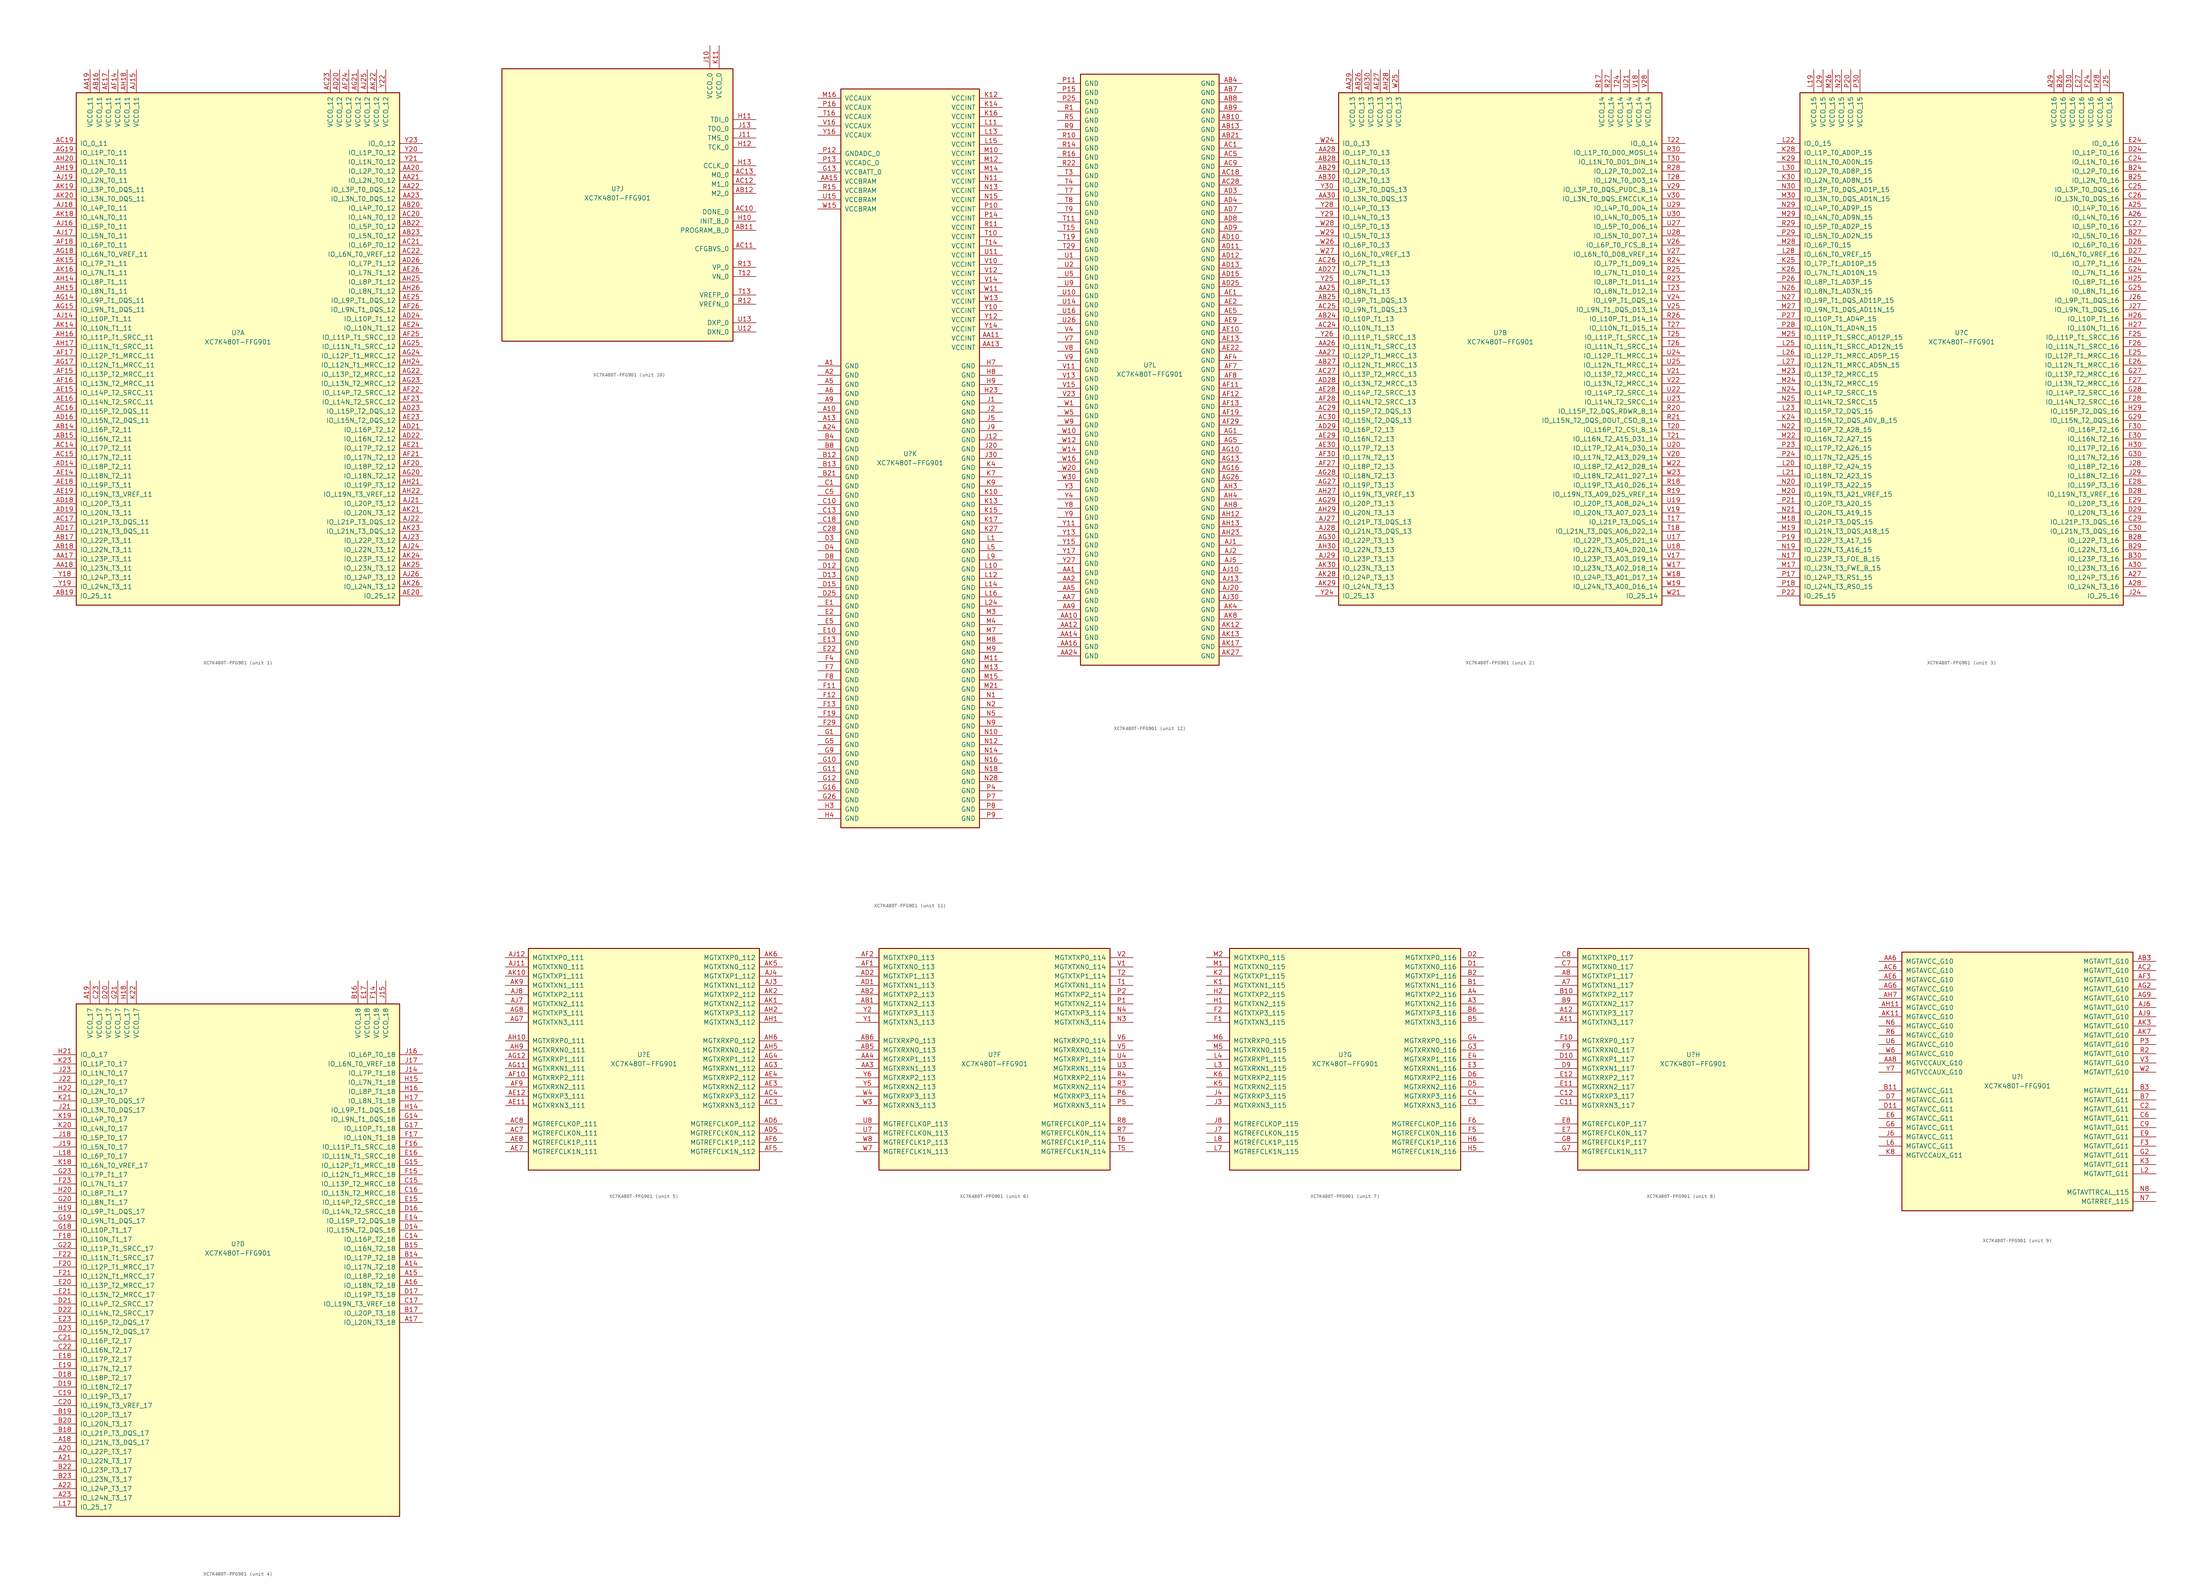
<source format=kicad_sym>
(kicad_symbol_lib
  (version 20201005)
  (generator kicad_symbol_editor)
  (symbol "XC7K480T-FFG901"
    (pin_names
      (offset 1.016))
    (property "Reference" "U"
      (at 0 1.27 0)
      (effects (font (size 1.27 1.27))))
    (property "Value" "XC7K480T-FFG901"
      (at 0 -1.27 0)
      (effects (font (size 1.27 1.27))))
    (property "Datasheet" ""
      (at 0 0 0)
      (effects (font (size 1.27 1.27))))
    (property "ki_locked" ""
      (at 0 0 0)
      (effects (font (size 1.27 1.27))))
    (symbol "XC7K480T-FFG901_1_1"
      (rectangle (start -44.45 67.31) (end 44.45 -73.66) (stroke (width 0.254)) (fill (type background)))
      (pin power_in line (at -40.64 73.66 270) (length 6.35) (name "VCCO_11" (effects (font (size 1.27 1.27)))) (number "AA19" (effects (font (size 1.27 1.27)))))
      (pin power_in line (at -38.1 73.66 270) (length 6.35) (name "VCCO_11" (effects (font (size 1.27 1.27)))) (number "AB16" (effects (font (size 1.27 1.27)))))
      (pin power_in line (at -35.56 73.66 270) (length 6.35) (name "VCCO_11" (effects (font (size 1.27 1.27)))) (number "AE17" (effects (font (size 1.27 1.27)))))
      (pin power_in line (at -33.02 73.66 270) (length 6.35) (name "VCCO_11" (effects (font (size 1.27 1.27)))) (number "AF14" (effects (font (size 1.27 1.27)))))
      (pin power_in line (at -30.48 73.66 270) (length 6.35) (name "VCCO_11" (effects (font (size 1.27 1.27)))) (number "AH18" (effects (font (size 1.27 1.27)))))
      (pin power_in line (at -27.94 73.66 270) (length 6.35) (name "VCCO_11" (effects (font (size 1.27 1.27)))) (number "AJ15" (effects (font (size 1.27 1.27)))))
      (pin bidirectional line (at -50.8 53.34 0) (length 6.35) (name "IO_0_11" (effects (font (size 1.27 1.27)))) (number "AC19" (effects (font (size 1.27 1.27)))))
      (pin bidirectional line (at -50.8 50.8 0) (length 6.35) (name "IO_L1P_T0_11" (effects (font (size 1.27 1.27)))) (number "AG19" (effects (font (size 1.27 1.27)))))
      (pin bidirectional line (at -50.8 48.26 0) (length 6.35) (name "IO_L1N_T0_11" (effects (font (size 1.27 1.27)))) (number "AH20" (effects (font (size 1.27 1.27)))))
      (pin bidirectional line (at -50.8 45.72 0) (length 6.35) (name "IO_L2P_T0_11" (effects (font (size 1.27 1.27)))) (number "AH19" (effects (font (size 1.27 1.27)))))
      (pin bidirectional line (at -50.8 43.18 0) (length 6.35) (name "IO_L2N_T0_11" (effects (font (size 1.27 1.27)))) (number "AJ19" (effects (font (size 1.27 1.27)))))
      (pin bidirectional line (at -50.8 40.64 0) (length 6.35) (name "IO_L3P_T0_DQS_11" (effects (font (size 1.27 1.27)))) (number "AK19" (effects (font (size 1.27 1.27)))))
      (pin bidirectional line (at -50.8 38.1 0) (length 6.35) (name "IO_L3N_T0_DQS_11" (effects (font (size 1.27 1.27)))) (number "AK20" (effects (font (size 1.27 1.27)))))
      (pin bidirectional line (at -50.8 35.56 0) (length 6.35) (name "IO_L4P_T0_11" (effects (font (size 1.27 1.27)))) (number "AJ18" (effects (font (size 1.27 1.27)))))
      (pin bidirectional line (at -50.8 33.02 0) (length 6.35) (name "IO_L4N_T0_11" (effects (font (size 1.27 1.27)))) (number "AK18" (effects (font (size 1.27 1.27)))))
      (pin bidirectional line (at -50.8 30.48 0) (length 6.35) (name "IO_L5P_T0_11" (effects (font (size 1.27 1.27)))) (number "AJ16" (effects (font (size 1.27 1.27)))))
      (pin bidirectional line (at -50.8 27.94 0) (length 6.35) (name "IO_L5N_T0_11" (effects (font (size 1.27 1.27)))) (number "AJ17" (effects (font (size 1.27 1.27)))))
      (pin bidirectional line (at -50.8 25.4 0) (length 6.35) (name "IO_L6P_T0_11" (effects (font (size 1.27 1.27)))) (number "AF18" (effects (font (size 1.27 1.27)))))
      (pin bidirectional line (at -50.8 22.86 0) (length 6.35) (name "IO_L6N_T0_VREF_11" (effects (font (size 1.27 1.27)))) (number "AG18" (effects (font (size 1.27 1.27)))))
      (pin bidirectional line (at -50.8 20.32 0) (length 6.35) (name "IO_L7P_T1_11" (effects (font (size 1.27 1.27)))) (number "AK15" (effects (font (size 1.27 1.27)))))
      (pin bidirectional line (at -50.8 17.78 0) (length 6.35) (name "IO_L7N_T1_11" (effects (font (size 1.27 1.27)))) (number "AK16" (effects (font (size 1.27 1.27)))))
      (pin bidirectional line (at -50.8 15.24 0) (length 6.35) (name "IO_L8P_T1_11" (effects (font (size 1.27 1.27)))) (number "AH14" (effects (font (size 1.27 1.27)))))
      (pin bidirectional line (at -50.8 12.7 0) (length 6.35) (name "IO_L8N_T1_11" (effects (font (size 1.27 1.27)))) (number "AH15" (effects (font (size 1.27 1.27)))))
      (pin bidirectional line (at -50.8 10.16 0) (length 6.35) (name "IO_L9P_T1_DQS_11" (effects (font (size 1.27 1.27)))) (number "AG14" (effects (font (size 1.27 1.27)))))
      (pin bidirectional line (at -50.8 7.62 0) (length 6.35) (name "IO_L9N_T1_DQS_11" (effects (font (size 1.27 1.27)))) (number "AG15" (effects (font (size 1.27 1.27)))))
      (pin bidirectional line (at -50.8 5.08 0) (length 6.35) (name "IO_L10P_T1_11" (effects (font (size 1.27 1.27)))) (number "AJ14" (effects (font (size 1.27 1.27)))))
      (pin bidirectional line (at -50.8 2.54 0) (length 6.35) (name "IO_L10N_T1_11" (effects (font (size 1.27 1.27)))) (number "AK14" (effects (font (size 1.27 1.27)))))
      (pin bidirectional line (at -50.8 0 0) (length 6.35) (name "IO_L11P_T1_SRCC_11" (effects (font (size 1.27 1.27)))) (number "AH16" (effects (font (size 1.27 1.27)))))
      (pin bidirectional line (at -50.8 -2.54 0) (length 6.35) (name "IO_L11N_T1_SRCC_11" (effects (font (size 1.27 1.27)))) (number "AH17" (effects (font (size 1.27 1.27)))))
      (pin bidirectional line (at -50.8 -5.08 0) (length 6.35) (name "IO_L12P_T1_MRCC_11" (effects (font (size 1.27 1.27)))) (number "AF17" (effects (font (size 1.27 1.27)))))
      (pin bidirectional line (at -50.8 -7.62 0) (length 6.35) (name "IO_L12N_T1_MRCC_11" (effects (font (size 1.27 1.27)))) (number "AG17" (effects (font (size 1.27 1.27)))))
      (pin bidirectional line (at -50.8 -10.16 0) (length 6.35) (name "IO_L13P_T2_MRCC_11" (effects (font (size 1.27 1.27)))) (number "AF15" (effects (font (size 1.27 1.27)))))
      (pin bidirectional line (at -50.8 -12.7 0) (length 6.35) (name "IO_L13N_T2_MRCC_11" (effects (font (size 1.27 1.27)))) (number "AF16" (effects (font (size 1.27 1.27)))))
      (pin bidirectional line (at -50.8 -15.24 0) (length 6.35) (name "IO_L14P_T2_SRCC_11" (effects (font (size 1.27 1.27)))) (number "AE15" (effects (font (size 1.27 1.27)))))
      (pin bidirectional line (at -50.8 -17.78 0) (length 6.35) (name "IO_L14N_T2_SRCC_11" (effects (font (size 1.27 1.27)))) (number "AE16" (effects (font (size 1.27 1.27)))))
      (pin bidirectional line (at -50.8 -20.32 0) (length 6.35) (name "IO_L15P_T2_DQS_11" (effects (font (size 1.27 1.27)))) (number "AC16" (effects (font (size 1.27 1.27)))))
      (pin bidirectional line (at -50.8 -22.86 0) (length 6.35) (name "IO_L15N_T2_DQS_11" (effects (font (size 1.27 1.27)))) (number "AD16" (effects (font (size 1.27 1.27)))))
      (pin bidirectional line (at -50.8 -25.4 0) (length 6.35) (name "IO_L16P_T2_11" (effects (font (size 1.27 1.27)))) (number "AB14" (effects (font (size 1.27 1.27)))))
      (pin bidirectional line (at -50.8 -27.94 0) (length 6.35) (name "IO_L16N_T2_11" (effects (font (size 1.27 1.27)))) (number "AB15" (effects (font (size 1.27 1.27)))))
      (pin bidirectional line (at -50.8 -30.48 0) (length 6.35) (name "IO_L17P_T2_11" (effects (font (size 1.27 1.27)))) (number "AC14" (effects (font (size 1.27 1.27)))))
      (pin bidirectional line (at -50.8 -33.02 0) (length 6.35) (name "IO_L17N_T2_11" (effects (font (size 1.27 1.27)))) (number "AC15" (effects (font (size 1.27 1.27)))))
      (pin bidirectional line (at -50.8 -35.56 0) (length 6.35) (name "IO_L18P_T2_11" (effects (font (size 1.27 1.27)))) (number "AD14" (effects (font (size 1.27 1.27)))))
      (pin bidirectional line (at -50.8 -38.1 0) (length 6.35) (name "IO_L18N_T2_11" (effects (font (size 1.27 1.27)))) (number "AE14" (effects (font (size 1.27 1.27)))))
      (pin bidirectional line (at -50.8 -40.64 0) (length 6.35) (name "IO_L19P_T3_11" (effects (font (size 1.27 1.27)))) (number "AE18" (effects (font (size 1.27 1.27)))))
      (pin bidirectional line (at -50.8 -43.18 0) (length 6.35) (name "IO_L19N_T3_VREF_11" (effects (font (size 1.27 1.27)))) (number "AE19" (effects (font (size 1.27 1.27)))))
      (pin bidirectional line (at -50.8 -45.72 0) (length 6.35) (name "IO_L20P_T3_11" (effects (font (size 1.27 1.27)))) (number "AD18" (effects (font (size 1.27 1.27)))))
      (pin bidirectional line (at -50.8 -48.26 0) (length 6.35) (name "IO_L20N_T3_11" (effects (font (size 1.27 1.27)))) (number "AD19" (effects (font (size 1.27 1.27)))))
      (pin bidirectional line (at -50.8 -50.8 0) (length 6.35) (name "IO_L21P_T3_DQS_11" (effects (font (size 1.27 1.27)))) (number "AC17" (effects (font (size 1.27 1.27)))))
      (pin bidirectional line (at -50.8 -53.34 0) (length 6.35) (name "IO_L21N_T3_DQS_11" (effects (font (size 1.27 1.27)))) (number "AD17" (effects (font (size 1.27 1.27)))))
      (pin bidirectional line (at -50.8 -55.88 0) (length 6.35) (name "IO_L22P_T3_11" (effects (font (size 1.27 1.27)))) (number "AB17" (effects (font (size 1.27 1.27)))))
      (pin bidirectional line (at -50.8 -58.42 0) (length 6.35) (name "IO_L22N_T3_11" (effects (font (size 1.27 1.27)))) (number "AB18" (effects (font (size 1.27 1.27)))))
      (pin bidirectional line (at -50.8 -60.96 0) (length 6.35) (name "IO_L23P_T3_11" (effects (font (size 1.27 1.27)))) (number "AA17" (effects (font (size 1.27 1.27)))))
      (pin bidirectional line (at -50.8 -63.5 0) (length 6.35) (name "IO_L23N_T3_11" (effects (font (size 1.27 1.27)))) (number "AA18" (effects (font (size 1.27 1.27)))))
      (pin bidirectional line (at -50.8 -66.04 0) (length 6.35) (name "IO_L24P_T3_11" (effects (font (size 1.27 1.27)))) (number "Y18" (effects (font (size 1.27 1.27)))))
      (pin bidirectional line (at -50.8 -68.58 0) (length 6.35) (name "IO_L24N_T3_11" (effects (font (size 1.27 1.27)))) (number "Y19" (effects (font (size 1.27 1.27)))))
      (pin bidirectional line (at -50.8 -71.12 0) (length 6.35) (name "IO_25_11" (effects (font (size 1.27 1.27)))) (number "AB19" (effects (font (size 1.27 1.27)))))
      (pin power_in line (at 25.4 73.66 270) (length 6.35) (name "VCCO_12" (effects (font (size 1.27 1.27)))) (number "AC23" (effects (font (size 1.27 1.27)))))
      (pin power_in line (at 27.94 73.66 270) (length 6.35) (name "VCCO_12" (effects (font (size 1.27 1.27)))) (number "AD20" (effects (font (size 1.27 1.27)))))
      (pin power_in line (at 30.48 73.66 270) (length 6.35) (name "VCCO_12" (effects (font (size 1.27 1.27)))) (number "AF24" (effects (font (size 1.27 1.27)))))
      (pin power_in line (at 33.02 73.66 270) (length 6.35) (name "VCCO_12" (effects (font (size 1.27 1.27)))) (number "AG21" (effects (font (size 1.27 1.27)))))
      (pin power_in line (at 35.56 73.66 270) (length 6.35) (name "VCCO_12" (effects (font (size 1.27 1.27)))) (number "AJ25" (effects (font (size 1.27 1.27)))))
      (pin power_in line (at 38.1 73.66 270) (length 6.35) (name "VCCO_12" (effects (font (size 1.27 1.27)))) (number "AK22" (effects (font (size 1.27 1.27)))))
      (pin power_in line (at 40.64 73.66 270) (length 6.35) (name "VCCO_12" (effects (font (size 1.27 1.27)))) (number "Y22" (effects (font (size 1.27 1.27)))))
      (pin bidirectional line (at 50.8 53.34 180) (length 6.35) (name "IO_0_12" (effects (font (size 1.27 1.27)))) (number "Y23" (effects (font (size 1.27 1.27)))))
      (pin bidirectional line (at 50.8 50.8 180) (length 6.35) (name "IO_L1P_T0_12" (effects (font (size 1.27 1.27)))) (number "Y20" (effects (font (size 1.27 1.27)))))
      (pin bidirectional line (at 50.8 48.26 180) (length 6.35) (name "IO_L1N_T0_12" (effects (font (size 1.27 1.27)))) (number "Y21" (effects (font (size 1.27 1.27)))))
      (pin bidirectional line (at 50.8 45.72 180) (length 6.35) (name "IO_L2P_T0_12" (effects (font (size 1.27 1.27)))) (number "AA20" (effects (font (size 1.27 1.27)))))
      (pin bidirectional line (at 50.8 43.18 180) (length 6.35) (name "IO_L2N_T0_12" (effects (font (size 1.27 1.27)))) (number "AA21" (effects (font (size 1.27 1.27)))))
      (pin bidirectional line (at 50.8 40.64 180) (length 6.35) (name "IO_L3P_T0_DQS_12" (effects (font (size 1.27 1.27)))) (number "AA22" (effects (font (size 1.27 1.27)))))
      (pin bidirectional line (at 50.8 38.1 180) (length 6.35) (name "IO_L3N_T0_DQS_12" (effects (font (size 1.27 1.27)))) (number "AA23" (effects (font (size 1.27 1.27)))))
      (pin bidirectional line (at 50.8 35.56 180) (length 6.35) (name "IO_L4P_T0_12" (effects (font (size 1.27 1.27)))) (number "AB20" (effects (font (size 1.27 1.27)))))
      (pin bidirectional line (at 50.8 33.02 180) (length 6.35) (name "IO_L4N_T0_12" (effects (font (size 1.27 1.27)))) (number "AC20" (effects (font (size 1.27 1.27)))))
      (pin bidirectional line (at 50.8 30.48 180) (length 6.35) (name "IO_L5P_T0_12" (effects (font (size 1.27 1.27)))) (number "AB22" (effects (font (size 1.27 1.27)))))
      (pin bidirectional line (at 50.8 27.94 180) (length 6.35) (name "IO_L5N_T0_12" (effects (font (size 1.27 1.27)))) (number "AB23" (effects (font (size 1.27 1.27)))))
      (pin bidirectional line (at 50.8 25.4 180) (length 6.35) (name "IO_L6P_T0_12" (effects (font (size 1.27 1.27)))) (number "AC21" (effects (font (size 1.27 1.27)))))
      (pin bidirectional line (at 50.8 22.86 180) (length 6.35) (name "IO_L6N_T0_VREF_12" (effects (font (size 1.27 1.27)))) (number "AC22" (effects (font (size 1.27 1.27)))))
      (pin bidirectional line (at 50.8 20.32 180) (length 6.35) (name "IO_L7P_T1_12" (effects (font (size 1.27 1.27)))) (number "AD26" (effects (font (size 1.27 1.27)))))
      (pin bidirectional line (at 50.8 17.78 180) (length 6.35) (name "IO_L7N_T1_12" (effects (font (size 1.27 1.27)))) (number "AE26" (effects (font (size 1.27 1.27)))))
      (pin bidirectional line (at 50.8 15.24 180) (length 6.35) (name "IO_L8P_T1_12" (effects (font (size 1.27 1.27)))) (number "AH25" (effects (font (size 1.27 1.27)))))
      (pin bidirectional line (at 50.8 12.7 180) (length 6.35) (name "IO_L8N_T1_12" (effects (font (size 1.27 1.27)))) (number "AH26" (effects (font (size 1.27 1.27)))))
      (pin bidirectional line (at 50.8 10.16 180) (length 6.35) (name "IO_L9P_T1_DQS_12" (effects (font (size 1.27 1.27)))) (number "AE25" (effects (font (size 1.27 1.27)))))
      (pin bidirectional line (at 50.8 7.62 180) (length 6.35) (name "IO_L9N_T1_DQS_12" (effects (font (size 1.27 1.27)))) (number "AF26" (effects (font (size 1.27 1.27)))))
      (pin bidirectional line (at 50.8 5.08 180) (length 6.35) (name "IO_L10P_T1_12" (effects (font (size 1.27 1.27)))) (number "AD24" (effects (font (size 1.27 1.27)))))
      (pin bidirectional line (at 50.8 2.54 180) (length 6.35) (name "IO_L10N_T1_12" (effects (font (size 1.27 1.27)))) (number "AE24" (effects (font (size 1.27 1.27)))))
      (pin bidirectional line (at 50.8 0 180) (length 6.35) (name "IO_L11P_T1_SRCC_12" (effects (font (size 1.27 1.27)))) (number "AF25" (effects (font (size 1.27 1.27)))))
      (pin bidirectional line (at 50.8 -2.54 180) (length 6.35) (name "IO_L11N_T1_SRCC_12" (effects (font (size 1.27 1.27)))) (number "AG25" (effects (font (size 1.27 1.27)))))
      (pin bidirectional line (at 50.8 -5.08 180) (length 6.35) (name "IO_L12P_T1_MRCC_12" (effects (font (size 1.27 1.27)))) (number "AG24" (effects (font (size 1.27 1.27)))))
      (pin bidirectional line (at 50.8 -7.62 180) (length 6.35) (name "IO_L12N_T1_MRCC_12" (effects (font (size 1.27 1.27)))) (number "AH24" (effects (font (size 1.27 1.27)))))
      (pin bidirectional line (at 50.8 -10.16 180) (length 6.35) (name "IO_L13P_T2_MRCC_12" (effects (font (size 1.27 1.27)))) (number "AG22" (effects (font (size 1.27 1.27)))))
      (pin bidirectional line (at 50.8 -12.7 180) (length 6.35) (name "IO_L13N_T2_MRCC_12" (effects (font (size 1.27 1.27)))) (number "AG23" (effects (font (size 1.27 1.27)))))
      (pin bidirectional line (at 50.8 -15.24 180) (length 6.35) (name "IO_L14P_T2_SRCC_12" (effects (font (size 1.27 1.27)))) (number "AF22" (effects (font (size 1.27 1.27)))))
      (pin bidirectional line (at 50.8 -17.78 180) (length 6.35) (name "IO_L14N_T2_SRCC_12" (effects (font (size 1.27 1.27)))) (number "AF23" (effects (font (size 1.27 1.27)))))
      (pin bidirectional line (at 50.8 -20.32 180) (length 6.35) (name "IO_L15P_T2_DQS_12" (effects (font (size 1.27 1.27)))) (number "AD23" (effects (font (size 1.27 1.27)))))
      (pin bidirectional line (at 50.8 -22.86 180) (length 6.35) (name "IO_L15N_T2_DQS_12" (effects (font (size 1.27 1.27)))) (number "AE23" (effects (font (size 1.27 1.27)))))
      (pin bidirectional line (at 50.8 -25.4 180) (length 6.35) (name "IO_L16P_T2_12" (effects (font (size 1.27 1.27)))) (number "AD21" (effects (font (size 1.27 1.27)))))
      (pin bidirectional line (at 50.8 -27.94 180) (length 6.35) (name "IO_L16N_T2_12" (effects (font (size 1.27 1.27)))) (number "AD22" (effects (font (size 1.27 1.27)))))
      (pin bidirectional line (at 50.8 -30.48 180) (length 6.35) (name "IO_L17P_T2_12" (effects (font (size 1.27 1.27)))) (number "AE21" (effects (font (size 1.27 1.27)))))
      (pin bidirectional line (at 50.8 -33.02 180) (length 6.35) (name "IO_L17N_T2_12" (effects (font (size 1.27 1.27)))) (number "AF21" (effects (font (size 1.27 1.27)))))
      (pin bidirectional line (at 50.8 -35.56 180) (length 6.35) (name "IO_L18P_T2_12" (effects (font (size 1.27 1.27)))) (number "AF20" (effects (font (size 1.27 1.27)))))
      (pin bidirectional line (at 50.8 -38.1 180) (length 6.35) (name "IO_L18N_T2_12" (effects (font (size 1.27 1.27)))) (number "AG20" (effects (font (size 1.27 1.27)))))
      (pin bidirectional line (at 50.8 -40.64 180) (length 6.35) (name "IO_L19P_T3_12" (effects (font (size 1.27 1.27)))) (number "AH21" (effects (font (size 1.27 1.27)))))
      (pin bidirectional line (at 50.8 -43.18 180) (length 6.35) (name "IO_L19N_T3_VREF_12" (effects (font (size 1.27 1.27)))) (number "AH22" (effects (font (size 1.27 1.27)))))
      (pin bidirectional line (at 50.8 -45.72 180) (length 6.35) (name "IO_L20P_T3_12" (effects (font (size 1.27 1.27)))) (number "AJ21" (effects (font (size 1.27 1.27)))))
      (pin bidirectional line (at 50.8 -48.26 180) (length 6.35) (name "IO_L20N_T3_12" (effects (font (size 1.27 1.27)))) (number "AK21" (effects (font (size 1.27 1.27)))))
      (pin bidirectional line (at 50.8 -50.8 180) (length 6.35) (name "IO_L21P_T3_DQS_12" (effects (font (size 1.27 1.27)))) (number "AJ22" (effects (font (size 1.27 1.27)))))
      (pin bidirectional line (at 50.8 -53.34 180) (length 6.35) (name "IO_L21N_T3_DQS_12" (effects (font (size 1.27 1.27)))) (number "AK23" (effects (font (size 1.27 1.27)))))
      (pin bidirectional line (at 50.8 -55.88 180) (length 6.35) (name "IO_L22P_T3_12" (effects (font (size 1.27 1.27)))) (number "AJ23" (effects (font (size 1.27 1.27)))))
      (pin bidirectional line (at 50.8 -58.42 180) (length 6.35) (name "IO_L22N_T3_12" (effects (font (size 1.27 1.27)))) (number "AJ24" (effects (font (size 1.27 1.27)))))
      (pin bidirectional line (at 50.8 -60.96 180) (length 6.35) (name "IO_L23P_T3_12" (effects (font (size 1.27 1.27)))) (number "AK24" (effects (font (size 1.27 1.27)))))
      (pin bidirectional line (at 50.8 -63.5 180) (length 6.35) (name "IO_L23N_T3_12" (effects (font (size 1.27 1.27)))) (number "AK25" (effects (font (size 1.27 1.27)))))
      (pin bidirectional line (at 50.8 -66.04 180) (length 6.35) (name "IO_L24P_T3_12" (effects (font (size 1.27 1.27)))) (number "AJ26" (effects (font (size 1.27 1.27)))))
      (pin bidirectional line (at 50.8 -68.58 180) (length 6.35) (name "IO_L24N_T3_12" (effects (font (size 1.27 1.27)))) (number "AK26" (effects (font (size 1.27 1.27)))))
      (pin bidirectional line (at 50.8 -71.12 180) (length 6.35) (name "IO_25_12" (effects (font (size 1.27 1.27)))) (number "AE20" (effects (font (size 1.27 1.27))))))
    (symbol "XC7K480T-FFG901_2_1"
      (rectangle (start -44.45 67.31) (end 44.45 -73.66) (stroke (width 0.254)) (fill (type background)))
      (pin power_in line (at -40.64 73.66 270) (length 6.35) (name "VCCO_13" (effects (font (size 1.27 1.27)))) (number "AA29" (effects (font (size 1.27 1.27)))))
      (pin power_in line (at -38.1 73.66 270) (length 6.35) (name "VCCO_13" (effects (font (size 1.27 1.27)))) (number "AB26" (effects (font (size 1.27 1.27)))))
      (pin power_in line (at -35.56 73.66 270) (length 6.35) (name "VCCO_13" (effects (font (size 1.27 1.27)))) (number "AD30" (effects (font (size 1.27 1.27)))))
      (pin power_in line (at -33.02 73.66 270) (length 6.35) (name "VCCO_13" (effects (font (size 1.27 1.27)))) (number "AE27" (effects (font (size 1.27 1.27)))))
      (pin power_in line (at -30.48 73.66 270) (length 6.35) (name "VCCO_13" (effects (font (size 1.27 1.27)))) (number "AH28" (effects (font (size 1.27 1.27)))))
      (pin power_in line (at -27.94 73.66 270) (length 6.35) (name "VCCO_13" (effects (font (size 1.27 1.27)))) (number "W25" (effects (font (size 1.27 1.27)))))
      (pin bidirectional line (at -50.8 53.34 0) (length 6.35) (name "IO_0_13" (effects (font (size 1.27 1.27)))) (number "W24" (effects (font (size 1.27 1.27)))))
      (pin bidirectional line (at -50.8 50.8 0) (length 6.35) (name "IO_L1P_T0_13" (effects (font (size 1.27 1.27)))) (number "AA28" (effects (font (size 1.27 1.27)))))
      (pin bidirectional line (at -50.8 48.26 0) (length 6.35) (name "IO_L1N_T0_13" (effects (font (size 1.27 1.27)))) (number "AB28" (effects (font (size 1.27 1.27)))))
      (pin bidirectional line (at -50.8 45.72 0) (length 6.35) (name "IO_L2P_T0_13" (effects (font (size 1.27 1.27)))) (number "AB29" (effects (font (size 1.27 1.27)))))
      (pin bidirectional line (at -50.8 43.18 0) (length 6.35) (name "IO_L2N_T0_13" (effects (font (size 1.27 1.27)))) (number "AB30" (effects (font (size 1.27 1.27)))))
      (pin bidirectional line (at -50.8 40.64 0) (length 6.35) (name "IO_L3P_T0_DQS_13" (effects (font (size 1.27 1.27)))) (number "Y30" (effects (font (size 1.27 1.27)))))
      (pin bidirectional line (at -50.8 38.1 0) (length 6.35) (name "IO_L3N_T0_DQS_13" (effects (font (size 1.27 1.27)))) (number "AA30" (effects (font (size 1.27 1.27)))))
      (pin bidirectional line (at -50.8 35.56 0) (length 6.35) (name "IO_L4P_T0_13" (effects (font (size 1.27 1.27)))) (number "Y28" (effects (font (size 1.27 1.27)))))
      (pin bidirectional line (at -50.8 33.02 0) (length 6.35) (name "IO_L4N_T0_13" (effects (font (size 1.27 1.27)))) (number "Y29" (effects (font (size 1.27 1.27)))))
      (pin bidirectional line (at -50.8 30.48 0) (length 6.35) (name "IO_L5P_T0_13" (effects (font (size 1.27 1.27)))) (number "W28" (effects (font (size 1.27 1.27)))))
      (pin bidirectional line (at -50.8 27.94 0) (length 6.35) (name "IO_L5N_T0_13" (effects (font (size 1.27 1.27)))) (number "W29" (effects (font (size 1.27 1.27)))))
      (pin bidirectional line (at -50.8 25.4 0) (length 6.35) (name "IO_L6P_T0_13" (effects (font (size 1.27 1.27)))) (number "W26" (effects (font (size 1.27 1.27)))))
      (pin bidirectional line (at -50.8 22.86 0) (length 6.35) (name "IO_L6N_T0_VREF_13" (effects (font (size 1.27 1.27)))) (number "W27" (effects (font (size 1.27 1.27)))))
      (pin bidirectional line (at -50.8 20.32 0) (length 6.35) (name "IO_L7P_T1_13" (effects (font (size 1.27 1.27)))) (number "AC26" (effects (font (size 1.27 1.27)))))
      (pin bidirectional line (at -50.8 17.78 0) (length 6.35) (name "IO_L7N_T1_13" (effects (font (size 1.27 1.27)))) (number "AD27" (effects (font (size 1.27 1.27)))))
      (pin bidirectional line (at -50.8 15.24 0) (length 6.35) (name "IO_L8P_T1_13" (effects (font (size 1.27 1.27)))) (number "Y25" (effects (font (size 1.27 1.27)))))
      (pin bidirectional line (at -50.8 12.7 0) (length 6.35) (name "IO_L8N_T1_13" (effects (font (size 1.27 1.27)))) (number "AA25" (effects (font (size 1.27 1.27)))))
      (pin bidirectional line (at -50.8 10.16 0) (length 6.35) (name "IO_L9P_T1_DQS_13" (effects (font (size 1.27 1.27)))) (number "AB25" (effects (font (size 1.27 1.27)))))
      (pin bidirectional line (at -50.8 7.62 0) (length 6.35) (name "IO_L9N_T1_DQS_13" (effects (font (size 1.27 1.27)))) (number "AC25" (effects (font (size 1.27 1.27)))))
      (pin bidirectional line (at -50.8 5.08 0) (length 6.35) (name "IO_L10P_T1_13" (effects (font (size 1.27 1.27)))) (number "AB24" (effects (font (size 1.27 1.27)))))
      (pin bidirectional line (at -50.8 2.54 0) (length 6.35) (name "IO_L10N_T1_13" (effects (font (size 1.27 1.27)))) (number "AC24" (effects (font (size 1.27 1.27)))))
      (pin bidirectional line (at -50.8 0 0) (length 6.35) (name "IO_L11P_T1_SRCC_13" (effects (font (size 1.27 1.27)))) (number "Y26" (effects (font (size 1.27 1.27)))))
      (pin bidirectional line (at -50.8 -2.54 0) (length 6.35) (name "IO_L11N_T1_SRCC_13" (effects (font (size 1.27 1.27)))) (number "AA26" (effects (font (size 1.27 1.27)))))
      (pin bidirectional line (at -50.8 -5.08 0) (length 6.35) (name "IO_L12P_T1_MRCC_13" (effects (font (size 1.27 1.27)))) (number "AA27" (effects (font (size 1.27 1.27)))))
      (pin bidirectional line (at -50.8 -7.62 0) (length 6.35) (name "IO_L12N_T1_MRCC_13" (effects (font (size 1.27 1.27)))) (number "AB27" (effects (font (size 1.27 1.27)))))
      (pin bidirectional line (at -50.8 -10.16 0) (length 6.35) (name "IO_L13P_T2_MRCC_13" (effects (font (size 1.27 1.27)))) (number "AC27" (effects (font (size 1.27 1.27)))))
      (pin bidirectional line (at -50.8 -12.7 0) (length 6.35) (name "IO_L13N_T2_MRCC_13" (effects (font (size 1.27 1.27)))) (number "AD28" (effects (font (size 1.27 1.27)))))
      (pin bidirectional line (at -50.8 -15.24 0) (length 6.35) (name "IO_L14P_T2_SRCC_13" (effects (font (size 1.27 1.27)))) (number "AE28" (effects (font (size 1.27 1.27)))))
      (pin bidirectional line (at -50.8 -17.78 0) (length 6.35) (name "IO_L14N_T2_SRCC_13" (effects (font (size 1.27 1.27)))) (number "AF28" (effects (font (size 1.27 1.27)))))
      (pin bidirectional line (at -50.8 -20.32 0) (length 6.35) (name "IO_L15P_T2_DQS_13" (effects (font (size 1.27 1.27)))) (number "AC29" (effects (font (size 1.27 1.27)))))
      (pin bidirectional line (at -50.8 -22.86 0) (length 6.35) (name "IO_L15N_T2_DQS_13" (effects (font (size 1.27 1.27)))) (number "AC30" (effects (font (size 1.27 1.27)))))
      (pin bidirectional line (at -50.8 -25.4 0) (length 6.35) (name "IO_L16P_T2_13" (effects (font (size 1.27 1.27)))) (number "AD29" (effects (font (size 1.27 1.27)))))
      (pin bidirectional line (at -50.8 -27.94 0) (length 6.35) (name "IO_L16N_T2_13" (effects (font (size 1.27 1.27)))) (number "AE29" (effects (font (size 1.27 1.27)))))
      (pin bidirectional line (at -50.8 -30.48 0) (length 6.35) (name "IO_L17P_T2_13" (effects (font (size 1.27 1.27)))) (number "AE30" (effects (font (size 1.27 1.27)))))
      (pin bidirectional line (at -50.8 -33.02 0) (length 6.35) (name "IO_L17N_T2_13" (effects (font (size 1.27 1.27)))) (number "AF30" (effects (font (size 1.27 1.27)))))
      (pin bidirectional line (at -50.8 -35.56 0) (length 6.35) (name "IO_L18P_T2_13" (effects (font (size 1.27 1.27)))) (number "AF27" (effects (font (size 1.27 1.27)))))
      (pin bidirectional line (at -50.8 -38.1 0) (length 6.35) (name "IO_L18N_T2_13" (effects (font (size 1.27 1.27)))) (number "AG28" (effects (font (size 1.27 1.27)))))
      (pin bidirectional line (at -50.8 -40.64 0) (length 6.35) (name "IO_L19P_T3_13" (effects (font (size 1.27 1.27)))) (number "AG27" (effects (font (size 1.27 1.27)))))
      (pin bidirectional line (at -50.8 -43.18 0) (length 6.35) (name "IO_L19N_T3_VREF_13" (effects (font (size 1.27 1.27)))) (number "AH27" (effects (font (size 1.27 1.27)))))
      (pin bidirectional line (at -50.8 -45.72 0) (length 6.35) (name "IO_L20P_T3_13" (effects (font (size 1.27 1.27)))) (number "AG29" (effects (font (size 1.27 1.27)))))
      (pin bidirectional line (at -50.8 -48.26 0) (length 6.35) (name "IO_L20N_T3_13" (effects (font (size 1.27 1.27)))) (number "AH29" (effects (font (size 1.27 1.27)))))
      (pin bidirectional line (at -50.8 -50.8 0) (length 6.35) (name "IO_L21P_T3_DQS_13" (effects (font (size 1.27 1.27)))) (number "AJ27" (effects (font (size 1.27 1.27)))))
      (pin bidirectional line (at -50.8 -53.34 0) (length 6.35) (name "IO_L21N_T3_DQS_13" (effects (font (size 1.27 1.27)))) (number "AJ28" (effects (font (size 1.27 1.27)))))
      (pin bidirectional line (at -50.8 -55.88 0) (length 6.35) (name "IO_L22P_T3_13" (effects (font (size 1.27 1.27)))) (number "AG30" (effects (font (size 1.27 1.27)))))
      (pin bidirectional line (at -50.8 -58.42 0) (length 6.35) (name "IO_L22N_T3_13" (effects (font (size 1.27 1.27)))) (number "AH30" (effects (font (size 1.27 1.27)))))
      (pin bidirectional line (at -50.8 -60.96 0) (length 6.35) (name "IO_L23P_T3_13" (effects (font (size 1.27 1.27)))) (number "AJ29" (effects (font (size 1.27 1.27)))))
      (pin bidirectional line (at -50.8 -63.5 0) (length 6.35) (name "IO_L23N_T3_13" (effects (font (size 1.27 1.27)))) (number "AK30" (effects (font (size 1.27 1.27)))))
      (pin bidirectional line (at -50.8 -66.04 0) (length 6.35) (name "IO_L24P_T3_13" (effects (font (size 1.27 1.27)))) (number "AK28" (effects (font (size 1.27 1.27)))))
      (pin bidirectional line (at -50.8 -68.58 0) (length 6.35) (name "IO_L24N_T3_13" (effects (font (size 1.27 1.27)))) (number "AK29" (effects (font (size 1.27 1.27)))))
      (pin bidirectional line (at -50.8 -71.12 0) (length 6.35) (name "IO_25_13" (effects (font (size 1.27 1.27)))) (number "Y24" (effects (font (size 1.27 1.27)))))
      (pin power_in line (at 27.94 73.66 270) (length 6.35) (name "VCCO_14" (effects (font (size 1.27 1.27)))) (number "R17" (effects (font (size 1.27 1.27)))))
      (pin power_in line (at 30.48 73.66 270) (length 6.35) (name "VCCO_14" (effects (font (size 1.27 1.27)))) (number "R27" (effects (font (size 1.27 1.27)))))
      (pin power_in line (at 33.02 73.66 270) (length 6.35) (name "VCCO_14" (effects (font (size 1.27 1.27)))) (number "T24" (effects (font (size 1.27 1.27)))))
      (pin power_in line (at 35.56 73.66 270) (length 6.35) (name "VCCO_14" (effects (font (size 1.27 1.27)))) (number "U21" (effects (font (size 1.27 1.27)))))
      (pin power_in line (at 38.1 73.66 270) (length 6.35) (name "VCCO_14" (effects (font (size 1.27 1.27)))) (number "V18" (effects (font (size 1.27 1.27)))))
      (pin power_in line (at 40.64 73.66 270) (length 6.35) (name "VCCO_14" (effects (font (size 1.27 1.27)))) (number "V28" (effects (font (size 1.27 1.27)))))
      (pin bidirectional line (at 50.8 53.34 180) (length 6.35) (name "IO_0_14" (effects (font (size 1.27 1.27)))) (number "T22" (effects (font (size 1.27 1.27)))))
      (pin bidirectional line (at 50.8 50.8 180) (length 6.35) (name "IO_L1P_T0_D00_MOSI_14" (effects (font (size 1.27 1.27)))) (number "R30" (effects (font (size 1.27 1.27)))))
      (pin bidirectional line (at 50.8 48.26 180) (length 6.35) (name "IO_L1N_T0_D01_DIN_14" (effects (font (size 1.27 1.27)))) (number "T30" (effects (font (size 1.27 1.27)))))
      (pin bidirectional line (at 50.8 45.72 180) (length 6.35) (name "IO_L2P_T0_D02_14" (effects (font (size 1.27 1.27)))) (number "R28" (effects (font (size 1.27 1.27)))))
      (pin bidirectional line (at 50.8 43.18 180) (length 6.35) (name "IO_L2N_T0_D03_14" (effects (font (size 1.27 1.27)))) (number "T28" (effects (font (size 1.27 1.27)))))
      (pin bidirectional line (at 50.8 40.64 180) (length 6.35) (name "IO_L3P_T0_DQS_PUDC_B_14" (effects (font (size 1.27 1.27)))) (number "V29" (effects (font (size 1.27 1.27)))))
      (pin bidirectional line (at 50.8 38.1 180) (length 6.35) (name "IO_L3N_T0_DQS_EMCCLK_14" (effects (font (size 1.27 1.27)))) (number "V30" (effects (font (size 1.27 1.27)))))
      (pin bidirectional line (at 50.8 35.56 180) (length 6.35) (name "IO_L4P_T0_D04_14" (effects (font (size 1.27 1.27)))) (number "U29" (effects (font (size 1.27 1.27)))))
      (pin bidirectional line (at 50.8 33.02 180) (length 6.35) (name "IO_L4N_T0_D05_14" (effects (font (size 1.27 1.27)))) (number "U30" (effects (font (size 1.27 1.27)))))
      (pin bidirectional line (at 50.8 30.48 180) (length 6.35) (name "IO_L5P_T0_D06_14" (effects (font (size 1.27 1.27)))) (number "U27" (effects (font (size 1.27 1.27)))))
      (pin bidirectional line (at 50.8 27.94 180) (length 6.35) (name "IO_L5N_T0_D07_14" (effects (font (size 1.27 1.27)))) (number "U28" (effects (font (size 1.27 1.27)))))
      (pin bidirectional line (at 50.8 25.4 180) (length 6.35) (name "IO_L6P_T0_FCS_B_14" (effects (font (size 1.27 1.27)))) (number "V26" (effects (font (size 1.27 1.27)))))
      (pin bidirectional line (at 50.8 22.86 180) (length 6.35) (name "IO_L6N_T0_D08_VREF_14" (effects (font (size 1.27 1.27)))) (number "V27" (effects (font (size 1.27 1.27)))))
      (pin bidirectional line (at 50.8 20.32 180) (length 6.35) (name "IO_L7P_T1_D09_14" (effects (font (size 1.27 1.27)))) (number "R24" (effects (font (size 1.27 1.27)))))
      (pin bidirectional line (at 50.8 17.78 180) (length 6.35) (name "IO_L7N_T1_D10_14" (effects (font (size 1.27 1.27)))) (number "R25" (effects (font (size 1.27 1.27)))))
      (pin bidirectional line (at 50.8 15.24 180) (length 6.35) (name "IO_L8P_T1_D11_14" (effects (font (size 1.27 1.27)))) (number "R23" (effects (font (size 1.27 1.27)))))
      (pin bidirectional line (at 50.8 12.7 180) (length 6.35) (name "IO_L8N_T1_D12_14" (effects (font (size 1.27 1.27)))) (number "T23" (effects (font (size 1.27 1.27)))))
      (pin bidirectional line (at 50.8 10.16 180) (length 6.35) (name "IO_L9P_T1_DQS_14" (effects (font (size 1.27 1.27)))) (number "V24" (effects (font (size 1.27 1.27)))))
      (pin bidirectional line (at 50.8 7.62 180) (length 6.35) (name "IO_L9N_T1_DQS_D13_14" (effects (font (size 1.27 1.27)))) (number "V25" (effects (font (size 1.27 1.27)))))
      (pin bidirectional line (at 50.8 5.08 180) (length 6.35) (name "IO_L10P_T1_D14_14" (effects (font (size 1.27 1.27)))) (number "R26" (effects (font (size 1.27 1.27)))))
      (pin bidirectional line (at 50.8 2.54 180) (length 6.35) (name "IO_L10N_T1_D15_14" (effects (font (size 1.27 1.27)))) (number "T27" (effects (font (size 1.27 1.27)))))
      (pin bidirectional line (at 50.8 0 180) (length 6.35) (name "IO_L11P_T1_SRCC_14" (effects (font (size 1.27 1.27)))) (number "T25" (effects (font (size 1.27 1.27)))))
      (pin bidirectional line (at 50.8 -2.54 180) (length 6.35) (name "IO_L11N_T1_SRCC_14" (effects (font (size 1.27 1.27)))) (number "T26" (effects (font (size 1.27 1.27)))))
      (pin bidirectional line (at 50.8 -5.08 180) (length 6.35) (name "IO_L12P_T1_MRCC_14" (effects (font (size 1.27 1.27)))) (number "U24" (effects (font (size 1.27 1.27)))))
      (pin bidirectional line (at 50.8 -7.62 180) (length 6.35) (name "IO_L12N_T1_MRCC_14" (effects (font (size 1.27 1.27)))) (number "U25" (effects (font (size 1.27 1.27)))))
      (pin bidirectional line (at 50.8 -10.16 180) (length 6.35) (name "IO_L13P_T2_MRCC_14" (effects (font (size 1.27 1.27)))) (number "V21" (effects (font (size 1.27 1.27)))))
      (pin bidirectional line (at 50.8 -12.7 180) (length 6.35) (name "IO_L13N_T2_MRCC_14" (effects (font (size 1.27 1.27)))) (number "V22" (effects (font (size 1.27 1.27)))))
      (pin bidirectional line (at 50.8 -15.24 180) (length 6.35) (name "IO_L14P_T2_SRCC_14" (effects (font (size 1.27 1.27)))) (number "U22" (effects (font (size 1.27 1.27)))))
      (pin bidirectional line (at 50.8 -17.78 180) (length 6.35) (name "IO_L14N_T2_SRCC_14" (effects (font (size 1.27 1.27)))) (number "U23" (effects (font (size 1.27 1.27)))))
      (pin bidirectional line (at 50.8 -20.32 180) (length 6.35) (name "IO_L15P_T2_DQS_RDWR_B_14" (effects (font (size 1.27 1.27)))) (number "R20" (effects (font (size 1.27 1.27)))))
      (pin bidirectional line (at 50.8 -22.86 180) (length 6.35) (name "IO_L15N_T2_DQS_DOUT_CSO_B_14" (effects (font (size 1.27 1.27)))) (number "R21" (effects (font (size 1.27 1.27)))))
      (pin bidirectional line (at 50.8 -25.4 180) (length 6.35) (name "IO_L16P_T2_CSI_B_14" (effects (font (size 1.27 1.27)))) (number "T20" (effects (font (size 1.27 1.27)))))
      (pin bidirectional line (at 50.8 -27.94 180) (length 6.35) (name "IO_L16N_T2_A15_D31_14" (effects (font (size 1.27 1.27)))) (number "T21" (effects (font (size 1.27 1.27)))))
      (pin bidirectional line (at 50.8 -30.48 180) (length 6.35) (name "IO_L17P_T2_A14_D30_14" (effects (font (size 1.27 1.27)))) (number "U20" (effects (font (size 1.27 1.27)))))
      (pin bidirectional line (at 50.8 -33.02 180) (length 6.35) (name "IO_L17N_T2_A13_D29_14" (effects (font (size 1.27 1.27)))) (number "V20" (effects (font (size 1.27 1.27)))))
      (pin bidirectional line (at 50.8 -35.56 180) (length 6.35) (name "IO_L18P_T2_A12_D28_14" (effects (font (size 1.27 1.27)))) (number "W22" (effects (font (size 1.27 1.27)))))
      (pin bidirectional line (at 50.8 -38.1 180) (length 6.35) (name "IO_L18N_T2_A11_D27_14" (effects (font (size 1.27 1.27)))) (number "W23" (effects (font (size 1.27 1.27)))))
      (pin bidirectional line (at 50.8 -40.64 180) (length 6.35) (name "IO_L19P_T3_A10_D26_14" (effects (font (size 1.27 1.27)))) (number "R18" (effects (font (size 1.27 1.27)))))
      (pin bidirectional line (at 50.8 -43.18 180) (length 6.35) (name "IO_L19N_T3_A09_D25_VREF_14" (effects (font (size 1.27 1.27)))) (number "R19" (effects (font (size 1.27 1.27)))))
      (pin bidirectional line (at 50.8 -45.72 180) (length 6.35) (name "IO_L20P_T3_A08_D24_14" (effects (font (size 1.27 1.27)))) (number "U19" (effects (font (size 1.27 1.27)))))
      (pin bidirectional line (at 50.8 -48.26 180) (length 6.35) (name "IO_L20N_T3_A07_D23_14" (effects (font (size 1.27 1.27)))) (number "V19" (effects (font (size 1.27 1.27)))))
      (pin bidirectional line (at 50.8 -50.8 180) (length 6.35) (name "IO_L21P_T3_DQS_14" (effects (font (size 1.27 1.27)))) (number "T17" (effects (font (size 1.27 1.27)))))
      (pin bidirectional line (at 50.8 -53.34 180) (length 6.35) (name "IO_L21N_T3_DQS_A06_D22_14" (effects (font (size 1.27 1.27)))) (number "T18" (effects (font (size 1.27 1.27)))))
      (pin bidirectional line (at 50.8 -55.88 180) (length 6.35) (name "IO_L22P_T3_A05_D21_14" (effects (font (size 1.27 1.27)))) (number "U17" (effects (font (size 1.27 1.27)))))
      (pin bidirectional line (at 50.8 -58.42 180) (length 6.35) (name "IO_L22N_T3_A04_D20_14" (effects (font (size 1.27 1.27)))) (number "U18" (effects (font (size 1.27 1.27)))))
      (pin bidirectional line (at 50.8 -60.96 180) (length 6.35) (name "IO_L23P_T3_A03_D19_14" (effects (font (size 1.27 1.27)))) (number "V17" (effects (font (size 1.27 1.27)))))
      (pin bidirectional line (at 50.8 -63.5 180) (length 6.35) (name "IO_L23N_T3_A02_D18_14" (effects (font (size 1.27 1.27)))) (number "W17" (effects (font (size 1.27 1.27)))))
      (pin bidirectional line (at 50.8 -66.04 180) (length 6.35) (name "IO_L24P_T3_A01_D17_14" (effects (font (size 1.27 1.27)))) (number "W18" (effects (font (size 1.27 1.27)))))
      (pin bidirectional line (at 50.8 -68.58 180) (length 6.35) (name "IO_L24N_T3_A00_D16_14" (effects (font (size 1.27 1.27)))) (number "W19" (effects (font (size 1.27 1.27)))))
      (pin bidirectional line (at 50.8 -71.12 180) (length 6.35) (name "IO_25_14" (effects (font (size 1.27 1.27)))) (number "W21" (effects (font (size 1.27 1.27))))))
    (symbol "XC7K480T-FFG901_3_1"
      (rectangle (start -44.45 67.31) (end 44.45 -73.66) (stroke (width 0.254)) (fill (type background)))
      (pin power_in line (at -40.64 73.66 270) (length 6.35) (name "VCCO_15" (effects (font (size 1.27 1.27)))) (number "L19" (effects (font (size 1.27 1.27)))))
      (pin power_in line (at -38.1 73.66 270) (length 6.35) (name "VCCO_15" (effects (font (size 1.27 1.27)))) (number "L29" (effects (font (size 1.27 1.27)))))
      (pin power_in line (at -35.56 73.66 270) (length 6.35) (name "VCCO_15" (effects (font (size 1.27 1.27)))) (number "M26" (effects (font (size 1.27 1.27)))))
      (pin power_in line (at -33.02 73.66 270) (length 6.35) (name "VCCO_15" (effects (font (size 1.27 1.27)))) (number "N23" (effects (font (size 1.27 1.27)))))
      (pin power_in line (at -30.48 73.66 270) (length 6.35) (name "VCCO_15" (effects (font (size 1.27 1.27)))) (number "P20" (effects (font (size 1.27 1.27)))))
      (pin power_in line (at -27.94 73.66 270) (length 6.35) (name "VCCO_15" (effects (font (size 1.27 1.27)))) (number "P30" (effects (font (size 1.27 1.27)))))
      (pin bidirectional line (at -50.8 53.34 0) (length 6.35) (name "IO_0_15" (effects (font (size 1.27 1.27)))) (number "L22" (effects (font (size 1.27 1.27)))))
      (pin bidirectional line (at -50.8 50.8 0) (length 6.35) (name "IO_L1P_T0_AD0P_15" (effects (font (size 1.27 1.27)))) (number "K28" (effects (font (size 1.27 1.27)))))
      (pin bidirectional line (at -50.8 48.26 0) (length 6.35) (name "IO_L1N_T0_AD0N_15" (effects (font (size 1.27 1.27)))) (number "K29" (effects (font (size 1.27 1.27)))))
      (pin bidirectional line (at -50.8 45.72 0) (length 6.35) (name "IO_L2P_T0_AD8P_15" (effects (font (size 1.27 1.27)))) (number "L30" (effects (font (size 1.27 1.27)))))
      (pin bidirectional line (at -50.8 43.18 0) (length 6.35) (name "IO_L2N_T0_AD8N_15" (effects (font (size 1.27 1.27)))) (number "K30" (effects (font (size 1.27 1.27)))))
      (pin bidirectional line (at -50.8 40.64 0) (length 6.35) (name "IO_L3P_T0_DQS_AD1P_15" (effects (font (size 1.27 1.27)))) (number "N30" (effects (font (size 1.27 1.27)))))
      (pin bidirectional line (at -50.8 38.1 0) (length 6.35) (name "IO_L3N_T0_DQS_AD1N_15" (effects (font (size 1.27 1.27)))) (number "M30" (effects (font (size 1.27 1.27)))))
      (pin bidirectional line (at -50.8 35.56 0) (length 6.35) (name "IO_L4P_T0_AD9P_15" (effects (font (size 1.27 1.27)))) (number "N29" (effects (font (size 1.27 1.27)))))
      (pin bidirectional line (at -50.8 33.02 0) (length 6.35) (name "IO_L4N_T0_AD9N_15" (effects (font (size 1.27 1.27)))) (number "M29" (effects (font (size 1.27 1.27)))))
      (pin bidirectional line (at -50.8 30.48 0) (length 6.35) (name "IO_L5P_T0_AD2P_15" (effects (font (size 1.27 1.27)))) (number "R29" (effects (font (size 1.27 1.27)))))
      (pin bidirectional line (at -50.8 27.94 0) (length 6.35) (name "IO_L5N_T0_AD2N_15" (effects (font (size 1.27 1.27)))) (number "P29" (effects (font (size 1.27 1.27)))))
      (pin bidirectional line (at -50.8 25.4 0) (length 6.35) (name "IO_L6P_T0_15" (effects (font (size 1.27 1.27)))) (number "M28" (effects (font (size 1.27 1.27)))))
      (pin bidirectional line (at -50.8 22.86 0) (length 6.35) (name "IO_L6N_T0_VREF_15" (effects (font (size 1.27 1.27)))) (number "L28" (effects (font (size 1.27 1.27)))))
      (pin bidirectional line (at -50.8 20.32 0) (length 6.35) (name "IO_L7P_T1_AD10P_15" (effects (font (size 1.27 1.27)))) (number "K25" (effects (font (size 1.27 1.27)))))
      (pin bidirectional line (at -50.8 17.78 0) (length 6.35) (name "IO_L7N_T1_AD10N_15" (effects (font (size 1.27 1.27)))) (number "K26" (effects (font (size 1.27 1.27)))))
      (pin bidirectional line (at -50.8 15.24 0) (length 6.35) (name "IO_L8P_T1_AD3P_15" (effects (font (size 1.27 1.27)))) (number "P26" (effects (font (size 1.27 1.27)))))
      (pin bidirectional line (at -50.8 12.7 0) (length 6.35) (name "IO_L8N_T1_AD3N_15" (effects (font (size 1.27 1.27)))) (number "N26" (effects (font (size 1.27 1.27)))))
      (pin bidirectional line (at -50.8 10.16 0) (length 6.35) (name "IO_L9P_T1_DQS_AD11P_15" (effects (font (size 1.27 1.27)))) (number "N27" (effects (font (size 1.27 1.27)))))
      (pin bidirectional line (at -50.8 7.62 0) (length 6.35) (name "IO_L9N_T1_DQS_AD11N_15" (effects (font (size 1.27 1.27)))) (number "M27" (effects (font (size 1.27 1.27)))))
      (pin bidirectional line (at -50.8 5.08 0) (length 6.35) (name "IO_L10P_T1_AD4P_15" (effects (font (size 1.27 1.27)))) (number "P27" (effects (font (size 1.27 1.27)))))
      (pin bidirectional line (at -50.8 2.54 0) (length 6.35) (name "IO_L10N_T1_AD4N_15" (effects (font (size 1.27 1.27)))) (number "P28" (effects (font (size 1.27 1.27)))))
      (pin bidirectional line (at -50.8 0 0) (length 6.35) (name "IO_L11P_T1_SRCC_AD12P_15" (effects (font (size 1.27 1.27)))) (number "M25" (effects (font (size 1.27 1.27)))))
      (pin bidirectional line (at -50.8 -2.54 0) (length 6.35) (name "IO_L11N_T1_SRCC_AD12N_15" (effects (font (size 1.27 1.27)))) (number "L25" (effects (font (size 1.27 1.27)))))
      (pin bidirectional line (at -50.8 -5.08 0) (length 6.35) (name "IO_L12P_T1_MRCC_AD5P_15" (effects (font (size 1.27 1.27)))) (number "L26" (effects (font (size 1.27 1.27)))))
      (pin bidirectional line (at -50.8 -7.62 0) (length 6.35) (name "IO_L12N_T1_MRCC_AD5N_15" (effects (font (size 1.27 1.27)))) (number "L27" (effects (font (size 1.27 1.27)))))
      (pin bidirectional line (at -50.8 -10.16 0) (length 6.35) (name "IO_L13P_T2_MRCC_15" (effects (font (size 1.27 1.27)))) (number "M23" (effects (font (size 1.27 1.27)))))
      (pin bidirectional line (at -50.8 -12.7 0) (length 6.35) (name "IO_L13N_T2_MRCC_15" (effects (font (size 1.27 1.27)))) (number "M24" (effects (font (size 1.27 1.27)))))
      (pin bidirectional line (at -50.8 -15.24 0) (length 6.35) (name "IO_L14P_T2_SRCC_15" (effects (font (size 1.27 1.27)))) (number "N24" (effects (font (size 1.27 1.27)))))
      (pin bidirectional line (at -50.8 -17.78 0) (length 6.35) (name "IO_L14N_T2_SRCC_15" (effects (font (size 1.27 1.27)))) (number "N25" (effects (font (size 1.27 1.27)))))
      (pin bidirectional line (at -50.8 -20.32 0) (length 6.35) (name "IO_L15P_T2_DQS_15" (effects (font (size 1.27 1.27)))) (number "L23" (effects (font (size 1.27 1.27)))))
      (pin bidirectional line (at -50.8 -22.86 0) (length 6.35) (name "IO_L15N_T2_DQS_ADV_B_15" (effects (font (size 1.27 1.27)))) (number "K24" (effects (font (size 1.27 1.27)))))
      (pin bidirectional line (at -50.8 -25.4 0) (length 6.35) (name "IO_L16P_T2_A28_15" (effects (font (size 1.27 1.27)))) (number "N22" (effects (font (size 1.27 1.27)))))
      (pin bidirectional line (at -50.8 -27.94 0) (length 6.35) (name "IO_L16N_T2_A27_15" (effects (font (size 1.27 1.27)))) (number "M22" (effects (font (size 1.27 1.27)))))
      (pin bidirectional line (at -50.8 -30.48 0) (length 6.35) (name "IO_L17P_T2_A26_15" (effects (font (size 1.27 1.27)))) (number "P23" (effects (font (size 1.27 1.27)))))
      (pin bidirectional line (at -50.8 -33.02 0) (length 6.35) (name "IO_L17N_T2_A25_15" (effects (font (size 1.27 1.27)))) (number "P24" (effects (font (size 1.27 1.27)))))
      (pin bidirectional line (at -50.8 -35.56 0) (length 6.35) (name "IO_L18P_T2_A24_15" (effects (font (size 1.27 1.27)))) (number "L20" (effects (font (size 1.27 1.27)))))
      (pin bidirectional line (at -50.8 -38.1 0) (length 6.35) (name "IO_L18N_T2_A23_15" (effects (font (size 1.27 1.27)))) (number "L21" (effects (font (size 1.27 1.27)))))
      (pin bidirectional line (at -50.8 -40.64 0) (length 6.35) (name "IO_L19P_T3_A22_15" (effects (font (size 1.27 1.27)))) (number "N20" (effects (font (size 1.27 1.27)))))
      (pin bidirectional line (at -50.8 -43.18 0) (length 6.35) (name "IO_L19N_T3_A21_VREF_15" (effects (font (size 1.27 1.27)))) (number "M20" (effects (font (size 1.27 1.27)))))
      (pin bidirectional line (at -50.8 -45.72 0) (length 6.35) (name "IO_L20P_T3_A20_15" (effects (font (size 1.27 1.27)))) (number "P21" (effects (font (size 1.27 1.27)))))
      (pin bidirectional line (at -50.8 -48.26 0) (length 6.35) (name "IO_L20N_T3_A19_15" (effects (font (size 1.27 1.27)))) (number "N21" (effects (font (size 1.27 1.27)))))
      (pin bidirectional line (at -50.8 -50.8 0) (length 6.35) (name "IO_L21P_T3_DQS_15" (effects (font (size 1.27 1.27)))) (number "M18" (effects (font (size 1.27 1.27)))))
      (pin bidirectional line (at -50.8 -53.34 0) (length 6.35) (name "IO_L21N_T3_DQS_A18_15" (effects (font (size 1.27 1.27)))) (number "M19" (effects (font (size 1.27 1.27)))))
      (pin bidirectional line (at -50.8 -55.88 0) (length 6.35) (name "IO_L22P_T3_A17_15" (effects (font (size 1.27 1.27)))) (number "P19" (effects (font (size 1.27 1.27)))))
      (pin bidirectional line (at -50.8 -58.42 0) (length 6.35) (name "IO_L22N_T3_A16_15" (effects (font (size 1.27 1.27)))) (number "N19" (effects (font (size 1.27 1.27)))))
      (pin bidirectional line (at -50.8 -60.96 0) (length 6.35) (name "IO_L23P_T3_FOE_B_15" (effects (font (size 1.27 1.27)))) (number "N17" (effects (font (size 1.27 1.27)))))
      (pin bidirectional line (at -50.8 -63.5 0) (length 6.35) (name "IO_L23N_T3_FWE_B_15" (effects (font (size 1.27 1.27)))) (number "M17" (effects (font (size 1.27 1.27)))))
      (pin bidirectional line (at -50.8 -66.04 0) (length 6.35) (name "IO_L24P_T3_RS1_15" (effects (font (size 1.27 1.27)))) (number "P17" (effects (font (size 1.27 1.27)))))
      (pin bidirectional line (at -50.8 -68.58 0) (length 6.35) (name "IO_L24N_T3_RS0_15" (effects (font (size 1.27 1.27)))) (number "P18" (effects (font (size 1.27 1.27)))))
      (pin bidirectional line (at -50.8 -71.12 0) (length 6.35) (name "IO_25_15" (effects (font (size 1.27 1.27)))) (number "P22" (effects (font (size 1.27 1.27)))))
      (pin power_in line (at 25.4 73.66 270) (length 6.35) (name "VCCO_16" (effects (font (size 1.27 1.27)))) (number "A29" (effects (font (size 1.27 1.27)))))
      (pin power_in line (at 27.94 73.66 270) (length 6.35) (name "VCCO_16" (effects (font (size 1.27 1.27)))) (number "B26" (effects (font (size 1.27 1.27)))))
      (pin power_in line (at 30.48 73.66 270) (length 6.35) (name "VCCO_16" (effects (font (size 1.27 1.27)))) (number "D30" (effects (font (size 1.27 1.27)))))
      (pin power_in line (at 33.02 73.66 270) (length 6.35) (name "VCCO_16" (effects (font (size 1.27 1.27)))) (number "E27" (effects (font (size 1.27 1.27)))))
      (pin power_in line (at 35.56 73.66 270) (length 6.35) (name "VCCO_16" (effects (font (size 1.27 1.27)))) (number "F24" (effects (font (size 1.27 1.27)))))
      (pin power_in line (at 38.1 73.66 270) (length 6.35) (name "VCCO_16" (effects (font (size 1.27 1.27)))) (number "H28" (effects (font (size 1.27 1.27)))))
      (pin power_in line (at 40.64 73.66 270) (length 6.35) (name "VCCO_16" (effects (font (size 1.27 1.27)))) (number "J25" (effects (font (size 1.27 1.27)))))
      (pin bidirectional line (at 50.8 53.34 180) (length 6.35) (name "IO_0_16" (effects (font (size 1.27 1.27)))) (number "E24" (effects (font (size 1.27 1.27)))))
      (pin bidirectional line (at 50.8 50.8 180) (length 6.35) (name "IO_L1P_T0_16" (effects (font (size 1.27 1.27)))) (number "D24" (effects (font (size 1.27 1.27)))))
      (pin bidirectional line (at 50.8 48.26 180) (length 6.35) (name "IO_L1N_T0_16" (effects (font (size 1.27 1.27)))) (number "C24" (effects (font (size 1.27 1.27)))))
      (pin bidirectional line (at 50.8 45.72 180) (length 6.35) (name "IO_L2P_T0_16" (effects (font (size 1.27 1.27)))) (number "B24" (effects (font (size 1.27 1.27)))))
      (pin bidirectional line (at 50.8 43.18 180) (length 6.35) (name "IO_L2N_T0_16" (effects (font (size 1.27 1.27)))) (number "B25" (effects (font (size 1.27 1.27)))))
      (pin bidirectional line (at 50.8 40.64 180) (length 6.35) (name "IO_L3P_T0_DQS_16" (effects (font (size 1.27 1.27)))) (number "C25" (effects (font (size 1.27 1.27)))))
      (pin bidirectional line (at 50.8 38.1 180) (length 6.35) (name "IO_L3N_T0_DQS_16" (effects (font (size 1.27 1.27)))) (number "C26" (effects (font (size 1.27 1.27)))))
      (pin bidirectional line (at 50.8 35.56 180) (length 6.35) (name "IO_L4P_T0_16" (effects (font (size 1.27 1.27)))) (number "A25" (effects (font (size 1.27 1.27)))))
      (pin bidirectional line (at 50.8 33.02 180) (length 6.35) (name "IO_L4N_T0_16" (effects (font (size 1.27 1.27)))) (number "A26" (effects (font (size 1.27 1.27)))))
      (pin bidirectional line (at 50.8 30.48 180) (length 6.35) (name "IO_L5P_T0_16" (effects (font (size 1.27 1.27)))) (number "C27" (effects (font (size 1.27 1.27)))))
      (pin bidirectional line (at 50.8 27.94 180) (length 6.35) (name "IO_L5N_T0_16" (effects (font (size 1.27 1.27)))) (number "B27" (effects (font (size 1.27 1.27)))))
      (pin bidirectional line (at 50.8 25.4 180) (length 6.35) (name "IO_L6P_T0_16" (effects (font (size 1.27 1.27)))) (number "D26" (effects (font (size 1.27 1.27)))))
      (pin bidirectional line (at 50.8 22.86 180) (length 6.35) (name "IO_L6N_T0_VREF_16" (effects (font (size 1.27 1.27)))) (number "D27" (effects (font (size 1.27 1.27)))))
      (pin bidirectional line (at 50.8 20.32 180) (length 6.35) (name "IO_L7P_T1_16" (effects (font (size 1.27 1.27)))) (number "H24" (effects (font (size 1.27 1.27)))))
      (pin bidirectional line (at 50.8 17.78 180) (length 6.35) (name "IO_L7N_T1_16" (effects (font (size 1.27 1.27)))) (number "G24" (effects (font (size 1.27 1.27)))))
      (pin bidirectional line (at 50.8 15.24 180) (length 6.35) (name "IO_L8P_T1_16" (effects (font (size 1.27 1.27)))) (number "H25" (effects (font (size 1.27 1.27)))))
      (pin bidirectional line (at 50.8 12.7 180) (length 6.35) (name "IO_L8N_T1_16" (effects (font (size 1.27 1.27)))) (number "G25" (effects (font (size 1.27 1.27)))))
      (pin bidirectional line (at 50.8 10.16 180) (length 6.35) (name "IO_L9P_T1_DQS_16" (effects (font (size 1.27 1.27)))) (number "J26" (effects (font (size 1.27 1.27)))))
      (pin bidirectional line (at 50.8 7.62 180) (length 6.35) (name "IO_L9N_T1_DQS_16" (effects (font (size 1.27 1.27)))) (number "J27" (effects (font (size 1.27 1.27)))))
      (pin bidirectional line (at 50.8 5.08 180) (length 6.35) (name "IO_L10P_T1_16" (effects (font (size 1.27 1.27)))) (number "H26" (effects (font (size 1.27 1.27)))))
      (pin bidirectional line (at 50.8 2.54 180) (length 6.35) (name "IO_L10N_T1_16" (effects (font (size 1.27 1.27)))) (number "H27" (effects (font (size 1.27 1.27)))))
      (pin bidirectional line (at 50.8 0 180) (length 6.35) (name "IO_L11P_T1_SRCC_16" (effects (font (size 1.27 1.27)))) (number "F25" (effects (font (size 1.27 1.27)))))
      (pin bidirectional line (at 50.8 -2.54 180) (length 6.35) (name "IO_L11N_T1_SRCC_16" (effects (font (size 1.27 1.27)))) (number "F26" (effects (font (size 1.27 1.27)))))
      (pin bidirectional line (at 50.8 -5.08 180) (length 6.35) (name "IO_L12P_T1_MRCC_16" (effects (font (size 1.27 1.27)))) (number "E25" (effects (font (size 1.27 1.27)))))
      (pin bidirectional line (at 50.8 -7.62 180) (length 6.35) (name "IO_L12N_T1_MRCC_16" (effects (font (size 1.27 1.27)))) (number "E26" (effects (font (size 1.27 1.27)))))
      (pin bidirectional line (at 50.8 -10.16 180) (length 6.35) (name "IO_L13P_T2_MRCC_16" (effects (font (size 1.27 1.27)))) (number "G27" (effects (font (size 1.27 1.27)))))
      (pin bidirectional line (at 50.8 -12.7 180) (length 6.35) (name "IO_L13N_T2_MRCC_16" (effects (font (size 1.27 1.27)))) (number "F27" (effects (font (size 1.27 1.27)))))
      (pin bidirectional line (at 50.8 -15.24 180) (length 6.35) (name "IO_L14P_T2_SRCC_16" (effects (font (size 1.27 1.27)))) (number "G28" (effects (font (size 1.27 1.27)))))
      (pin bidirectional line (at 50.8 -17.78 180) (length 6.35) (name "IO_L14N_T2_SRCC_16" (effects (font (size 1.27 1.27)))) (number "F28" (effects (font (size 1.27 1.27)))))
      (pin bidirectional line (at 50.8 -20.32 180) (length 6.35) (name "IO_L15P_T2_DQS_16" (effects (font (size 1.27 1.27)))) (number "H29" (effects (font (size 1.27 1.27)))))
      (pin bidirectional line (at 50.8 -22.86 180) (length 6.35) (name "IO_L15N_T2_DQS_16" (effects (font (size 1.27 1.27)))) (number "G29" (effects (font (size 1.27 1.27)))))
      (pin bidirectional line (at 50.8 -25.4 180) (length 6.35) (name "IO_L16P_T2_16" (effects (font (size 1.27 1.27)))) (number "F30" (effects (font (size 1.27 1.27)))))
      (pin bidirectional line (at 50.8 -27.94 180) (length 6.35) (name "IO_L16N_T2_16" (effects (font (size 1.27 1.27)))) (number "E30" (effects (font (size 1.27 1.27)))))
      (pin bidirectional line (at 50.8 -30.48 180) (length 6.35) (name "IO_L17P_T2_16" (effects (font (size 1.27 1.27)))) (number "H30" (effects (font (size 1.27 1.27)))))
      (pin bidirectional line (at 50.8 -33.02 180) (length 6.35) (name "IO_L17N_T2_16" (effects (font (size 1.27 1.27)))) (number "G30" (effects (font (size 1.27 1.27)))))
      (pin bidirectional line (at 50.8 -35.56 180) (length 6.35) (name "IO_L18P_T2_16" (effects (font (size 1.27 1.27)))) (number "J28" (effects (font (size 1.27 1.27)))))
      (pin bidirectional line (at 50.8 -38.1 180) (length 6.35) (name "IO_L18N_T2_16" (effects (font (size 1.27 1.27)))) (number "J29" (effects (font (size 1.27 1.27)))))
      (pin bidirectional line (at 50.8 -40.64 180) (length 6.35) (name "IO_L19P_T3_16" (effects (font (size 1.27 1.27)))) (number "E28" (effects (font (size 1.27 1.27)))))
      (pin bidirectional line (at 50.8 -43.18 180) (length 6.35) (name "IO_L19N_T3_VREF_16" (effects (font (size 1.27 1.27)))) (number "D28" (effects (font (size 1.27 1.27)))))
      (pin bidirectional line (at 50.8 -45.72 180) (length 6.35) (name "IO_L20P_T3_16" (effects (font (size 1.27 1.27)))) (number "E29" (effects (font (size 1.27 1.27)))))
      (pin bidirectional line (at 50.8 -48.26 180) (length 6.35) (name "IO_L20N_T3_16" (effects (font (size 1.27 1.27)))) (number "D29" (effects (font (size 1.27 1.27)))))
      (pin bidirectional line (at 50.8 -50.8 180) (length 6.35) (name "IO_L21P_T3_DQS_16" (effects (font (size 1.27 1.27)))) (number "C29" (effects (font (size 1.27 1.27)))))
      (pin bidirectional line (at 50.8 -53.34 180) (length 6.35) (name "IO_L21N_T3_DQS_16" (effects (font (size 1.27 1.27)))) (number "C30" (effects (font (size 1.27 1.27)))))
      (pin bidirectional line (at 50.8 -55.88 180) (length 6.35) (name "IO_L22P_T3_16" (effects (font (size 1.27 1.27)))) (number "B28" (effects (font (size 1.27 1.27)))))
      (pin bidirectional line (at 50.8 -58.42 180) (length 6.35) (name "IO_L22N_T3_16" (effects (font (size 1.27 1.27)))) (number "B29" (effects (font (size 1.27 1.27)))))
      (pin bidirectional line (at 50.8 -60.96 180) (length 6.35) (name "IO_L23P_T3_16" (effects (font (size 1.27 1.27)))) (number "B30" (effects (font (size 1.27 1.27)))))
      (pin bidirectional line (at 50.8 -63.5 180) (length 6.35) (name "IO_L23N_T3_16" (effects (font (size 1.27 1.27)))) (number "A30" (effects (font (size 1.27 1.27)))))
      (pin bidirectional line (at 50.8 -66.04 180) (length 6.35) (name "IO_L24P_T3_16" (effects (font (size 1.27 1.27)))) (number "A27" (effects (font (size 1.27 1.27)))))
      (pin bidirectional line (at 50.8 -68.58 180) (length 6.35) (name "IO_L24N_T3_16" (effects (font (size 1.27 1.27)))) (number "A28" (effects (font (size 1.27 1.27)))))
      (pin bidirectional line (at 50.8 -71.12 180) (length 6.35) (name "IO_25_16" (effects (font (size 1.27 1.27)))) (number "J24" (effects (font (size 1.27 1.27))))))
    (symbol "XC7K480T-FFG901_4_1"
      (rectangle (start -44.45 67.31) (end 44.45 -73.66) (stroke (width 0.254)) (fill (type background)))
      (pin power_in line (at -40.64 73.66 270) (length 6.35) (name "VCCO_17" (effects (font (size 1.27 1.27)))) (number "A19" (effects (font (size 1.27 1.27)))))
      (pin power_in line (at -38.1 73.66 270) (length 6.35) (name "VCCO_17" (effects (font (size 1.27 1.27)))) (number "C23" (effects (font (size 1.27 1.27)))))
      (pin power_in line (at -35.56 73.66 270) (length 6.35) (name "VCCO_17" (effects (font (size 1.27 1.27)))) (number "D20" (effects (font (size 1.27 1.27)))))
      (pin power_in line (at -33.02 73.66 270) (length 6.35) (name "VCCO_17" (effects (font (size 1.27 1.27)))) (number "G21" (effects (font (size 1.27 1.27)))))
      (pin power_in line (at -30.48 73.66 270) (length 6.35) (name "VCCO_17" (effects (font (size 1.27 1.27)))) (number "H18" (effects (font (size 1.27 1.27)))))
      (pin power_in line (at -27.94 73.66 270) (length 6.35) (name "VCCO_17" (effects (font (size 1.27 1.27)))) (number "K22" (effects (font (size 1.27 1.27)))))
      (pin bidirectional line (at -50.8 53.34 0) (length 6.35) (name "IO_0_17" (effects (font (size 1.27 1.27)))) (number "H21" (effects (font (size 1.27 1.27)))))
      (pin bidirectional line (at -50.8 50.8 0) (length 6.35) (name "IO_L1P_T0_17" (effects (font (size 1.27 1.27)))) (number "K23" (effects (font (size 1.27 1.27)))))
      (pin bidirectional line (at -50.8 48.26 0) (length 6.35) (name "IO_L1N_T0_17" (effects (font (size 1.27 1.27)))) (number "J23" (effects (font (size 1.27 1.27)))))
      (pin bidirectional line (at -50.8 45.72 0) (length 6.35) (name "IO_L2P_T0_17" (effects (font (size 1.27 1.27)))) (number "J22" (effects (font (size 1.27 1.27)))))
      (pin bidirectional line (at -50.8 43.18 0) (length 6.35) (name "IO_L2N_T0_17" (effects (font (size 1.27 1.27)))) (number "H22" (effects (font (size 1.27 1.27)))))
      (pin bidirectional line (at -50.8 40.64 0) (length 6.35) (name "IO_L3P_T0_DQS_17" (effects (font (size 1.27 1.27)))) (number "K21" (effects (font (size 1.27 1.27)))))
      (pin bidirectional line (at -50.8 38.1 0) (length 6.35) (name "IO_L3N_T0_DQS_17" (effects (font (size 1.27 1.27)))) (number "J21" (effects (font (size 1.27 1.27)))))
      (pin bidirectional line (at -50.8 35.56 0) (length 6.35) (name "IO_L4P_T0_17" (effects (font (size 1.27 1.27)))) (number "K19" (effects (font (size 1.27 1.27)))))
      (pin bidirectional line (at -50.8 33.02 0) (length 6.35) (name "IO_L4N_T0_17" (effects (font (size 1.27 1.27)))) (number "K20" (effects (font (size 1.27 1.27)))))
      (pin bidirectional line (at -50.8 30.48 0) (length 6.35) (name "IO_L5P_T0_17" (effects (font (size 1.27 1.27)))) (number "J18" (effects (font (size 1.27 1.27)))))
      (pin bidirectional line (at -50.8 27.94 0) (length 6.35) (name "IO_L5N_T0_17" (effects (font (size 1.27 1.27)))) (number "J19" (effects (font (size 1.27 1.27)))))
      (pin bidirectional line (at -50.8 25.4 0) (length 6.35) (name "IO_L6P_T0_17" (effects (font (size 1.27 1.27)))) (number "L18" (effects (font (size 1.27 1.27)))))
      (pin bidirectional line (at -50.8 22.86 0) (length 6.35) (name "IO_L6N_T0_VREF_17" (effects (font (size 1.27 1.27)))) (number "K18" (effects (font (size 1.27 1.27)))))
      (pin bidirectional line (at -50.8 20.32 0) (length 6.35) (name "IO_L7P_T1_17" (effects (font (size 1.27 1.27)))) (number "G23" (effects (font (size 1.27 1.27)))))
      (pin bidirectional line (at -50.8 17.78 0) (length 6.35) (name "IO_L7N_T1_17" (effects (font (size 1.27 1.27)))) (number "F23" (effects (font (size 1.27 1.27)))))
      (pin bidirectional line (at -50.8 15.24 0) (length 6.35) (name "IO_L8P_T1_17" (effects (font (size 1.27 1.27)))) (number "H20" (effects (font (size 1.27 1.27)))))
      (pin bidirectional line (at -50.8 12.7 0) (length 6.35) (name "IO_L8N_T1_17" (effects (font (size 1.27 1.27)))) (number "G20" (effects (font (size 1.27 1.27)))))
      (pin bidirectional line (at -50.8 10.16 0) (length 6.35) (name "IO_L9P_T1_DQS_17" (effects (font (size 1.27 1.27)))) (number "H19" (effects (font (size 1.27 1.27)))))
      (pin bidirectional line (at -50.8 7.62 0) (length 6.35) (name "IO_L9N_T1_DQS_17" (effects (font (size 1.27 1.27)))) (number "G19" (effects (font (size 1.27 1.27)))))
      (pin bidirectional line (at -50.8 5.08 0) (length 6.35) (name "IO_L10P_T1_17" (effects (font (size 1.27 1.27)))) (number "G18" (effects (font (size 1.27 1.27)))))
      (pin bidirectional line (at -50.8 2.54 0) (length 6.35) (name "IO_L10N_T1_17" (effects (font (size 1.27 1.27)))) (number "F18" (effects (font (size 1.27 1.27)))))
      (pin bidirectional line (at -50.8 0 0) (length 6.35) (name "IO_L11P_T1_SRCC_17" (effects (font (size 1.27 1.27)))) (number "G22" (effects (font (size 1.27 1.27)))))
      (pin bidirectional line (at -50.8 -2.54 0) (length 6.35) (name "IO_L11N_T1_SRCC_17" (effects (font (size 1.27 1.27)))) (number "F22" (effects (font (size 1.27 1.27)))))
      (pin bidirectional line (at -50.8 -5.08 0) (length 6.35) (name "IO_L12P_T1_MRCC_17" (effects (font (size 1.27 1.27)))) (number "F20" (effects (font (size 1.27 1.27)))))
      (pin bidirectional line (at -50.8 -7.62 0) (length 6.35) (name "IO_L12N_T1_MRCC_17" (effects (font (size 1.27 1.27)))) (number "F21" (effects (font (size 1.27 1.27)))))
      (pin bidirectional line (at -50.8 -10.16 0) (length 6.35) (name "IO_L13P_T2_MRCC_17" (effects (font (size 1.27 1.27)))) (number "E20" (effects (font (size 1.27 1.27)))))
      (pin bidirectional line (at -50.8 -12.7 0) (length 6.35) (name "IO_L13N_T2_MRCC_17" (effects (font (size 1.27 1.27)))) (number "E21" (effects (font (size 1.27 1.27)))))
      (pin bidirectional line (at -50.8 -15.24 0) (length 6.35) (name "IO_L14P_T2_SRCC_17" (effects (font (size 1.27 1.27)))) (number "D21" (effects (font (size 1.27 1.27)))))
      (pin bidirectional line (at -50.8 -17.78 0) (length 6.35) (name "IO_L14N_T2_SRCC_17" (effects (font (size 1.27 1.27)))) (number "D22" (effects (font (size 1.27 1.27)))))
      (pin bidirectional line (at -50.8 -20.32 0) (length 6.35) (name "IO_L15P_T2_DQS_17" (effects (font (size 1.27 1.27)))) (number "E23" (effects (font (size 1.27 1.27)))))
      (pin bidirectional line (at -50.8 -22.86 0) (length 6.35) (name "IO_L15N_T2_DQS_17" (effects (font (size 1.27 1.27)))) (number "D23" (effects (font (size 1.27 1.27)))))
      (pin bidirectional line (at -50.8 -25.4 0) (length 6.35) (name "IO_L16P_T2_17" (effects (font (size 1.27 1.27)))) (number "C21" (effects (font (size 1.27 1.27)))))
      (pin bidirectional line (at -50.8 -27.94 0) (length 6.35) (name "IO_L16N_T2_17" (effects (font (size 1.27 1.27)))) (number "C22" (effects (font (size 1.27 1.27)))))
      (pin bidirectional line (at -50.8 -30.48 0) (length 6.35) (name "IO_L17P_T2_17" (effects (font (size 1.27 1.27)))) (number "E18" (effects (font (size 1.27 1.27)))))
      (pin bidirectional line (at -50.8 -33.02 0) (length 6.35) (name "IO_L17N_T2_17" (effects (font (size 1.27 1.27)))) (number "E19" (effects (font (size 1.27 1.27)))))
      (pin bidirectional line (at -50.8 -35.56 0) (length 6.35) (name "IO_L18P_T2_17" (effects (font (size 1.27 1.27)))) (number "D18" (effects (font (size 1.27 1.27)))))
      (pin bidirectional line (at -50.8 -38.1 0) (length 6.35) (name "IO_L18N_T2_17" (effects (font (size 1.27 1.27)))) (number "D19" (effects (font (size 1.27 1.27)))))
      (pin bidirectional line (at -50.8 -40.64 0) (length 6.35) (name "IO_L19P_T3_17" (effects (font (size 1.27 1.27)))) (number "C19" (effects (font (size 1.27 1.27)))))
      (pin bidirectional line (at -50.8 -43.18 0) (length 6.35) (name "IO_L19N_T3_VREF_17" (effects (font (size 1.27 1.27)))) (number "C20" (effects (font (size 1.27 1.27)))))
      (pin bidirectional line (at -50.8 -45.72 0) (length 6.35) (name "IO_L20P_T3_17" (effects (font (size 1.27 1.27)))) (number "B19" (effects (font (size 1.27 1.27)))))
      (pin bidirectional line (at -50.8 -48.26 0) (length 6.35) (name "IO_L20N_T3_17" (effects (font (size 1.27 1.27)))) (number "B20" (effects (font (size 1.27 1.27)))))
      (pin bidirectional line (at -50.8 -50.8 0) (length 6.35) (name "IO_L21P_T3_DQS_17" (effects (font (size 1.27 1.27)))) (number "B18" (effects (font (size 1.27 1.27)))))
      (pin bidirectional line (at -50.8 -53.34 0) (length 6.35) (name "IO_L21N_T3_DQS_17" (effects (font (size 1.27 1.27)))) (number "A18" (effects (font (size 1.27 1.27)))))
      (pin bidirectional line (at -50.8 -55.88 0) (length 6.35) (name "IO_L22P_T3_17" (effects (font (size 1.27 1.27)))) (number "A20" (effects (font (size 1.27 1.27)))))
      (pin bidirectional line (at -50.8 -58.42 0) (length 6.35) (name "IO_L22N_T3_17" (effects (font (size 1.27 1.27)))) (number "A21" (effects (font (size 1.27 1.27)))))
      (pin bidirectional line (at -50.8 -60.96 0) (length 6.35) (name "IO_L23P_T3_17" (effects (font (size 1.27 1.27)))) (number "B22" (effects (font (size 1.27 1.27)))))
      (pin bidirectional line (at -50.8 -63.5 0) (length 6.35) (name "IO_L23N_T3_17" (effects (font (size 1.27 1.27)))) (number "B23" (effects (font (size 1.27 1.27)))))
      (pin bidirectional line (at -50.8 -66.04 0) (length 6.35) (name "IO_L24P_T3_17" (effects (font (size 1.27 1.27)))) (number "A22" (effects (font (size 1.27 1.27)))))
      (pin bidirectional line (at -50.8 -68.58 0) (length 6.35) (name "IO_L24N_T3_17" (effects (font (size 1.27 1.27)))) (number "A23" (effects (font (size 1.27 1.27)))))
      (pin bidirectional line (at -50.8 -71.12 0) (length 6.35) (name "IO_25_17" (effects (font (size 1.27 1.27)))) (number "L17" (effects (font (size 1.27 1.27)))))
      (pin power_in line (at 33.02 73.66 270) (length 6.35) (name "VCCO_18" (effects (font (size 1.27 1.27)))) (number "B16" (effects (font (size 1.27 1.27)))))
      (pin power_in line (at 35.56 73.66 270) (length 6.35) (name "VCCO_18" (effects (font (size 1.27 1.27)))) (number "E17" (effects (font (size 1.27 1.27)))))
      (pin power_in line (at 38.1 73.66 270) (length 6.35) (name "VCCO_18" (effects (font (size 1.27 1.27)))) (number "F14" (effects (font (size 1.27 1.27)))))
      (pin power_in line (at 40.64 73.66 270) (length 6.35) (name "VCCO_18" (effects (font (size 1.27 1.27)))) (number "J15" (effects (font (size 1.27 1.27)))))
      (pin bidirectional line (at 50.8 53.34 180) (length 6.35) (name "IO_L6P_T0_18" (effects (font (size 1.27 1.27)))) (number "J16" (effects (font (size 1.27 1.27)))))
      (pin bidirectional line (at 50.8 50.8 180) (length 6.35) (name "IO_L6N_T0_VREF_18" (effects (font (size 1.27 1.27)))) (number "J17" (effects (font (size 1.27 1.27)))))
      (pin bidirectional line (at 50.8 48.26 180) (length 6.35) (name "IO_L7P_T1_18" (effects (font (size 1.27 1.27)))) (number "J14" (effects (font (size 1.27 1.27)))))
      (pin bidirectional line (at 50.8 45.72 180) (length 6.35) (name "IO_L7N_T1_18" (effects (font (size 1.27 1.27)))) (number "H15" (effects (font (size 1.27 1.27)))))
      (pin bidirectional line (at 50.8 43.18 180) (length 6.35) (name "IO_L8P_T1_18" (effects (font (size 1.27 1.27)))) (number "H16" (effects (font (size 1.27 1.27)))))
      (pin bidirectional line (at 50.8 40.64 180) (length 6.35) (name "IO_L8N_T1_18" (effects (font (size 1.27 1.27)))) (number "H17" (effects (font (size 1.27 1.27)))))
      (pin bidirectional line (at 50.8 38.1 180) (length 6.35) (name "IO_L9P_T1_DQS_18" (effects (font (size 1.27 1.27)))) (number "H14" (effects (font (size 1.27 1.27)))))
      (pin bidirectional line (at 50.8 35.56 180) (length 6.35) (name "IO_L9N_T1_DQS_18" (effects (font (size 1.27 1.27)))) (number "G14" (effects (font (size 1.27 1.27)))))
      (pin bidirectional line (at 50.8 33.02 180) (length 6.35) (name "IO_L10P_T1_18" (effects (font (size 1.27 1.27)))) (number "G17" (effects (font (size 1.27 1.27)))))
      (pin bidirectional line (at 50.8 30.48 180) (length 6.35) (name "IO_L10N_T1_18" (effects (font (size 1.27 1.27)))) (number "F17" (effects (font (size 1.27 1.27)))))
      (pin bidirectional line (at 50.8 27.94 180) (length 6.35) (name "IO_L11P_T1_SRCC_18" (effects (font (size 1.27 1.27)))) (number "F16" (effects (font (size 1.27 1.27)))))
      (pin bidirectional line (at 50.8 25.4 180) (length 6.35) (name "IO_L11N_T1_SRCC_18" (effects (font (size 1.27 1.27)))) (number "E16" (effects (font (size 1.27 1.27)))))
      (pin bidirectional line (at 50.8 22.86 180) (length 6.35) (name "IO_L12P_T1_MRCC_18" (effects (font (size 1.27 1.27)))) (number "G15" (effects (font (size 1.27 1.27)))))
      (pin bidirectional line (at 50.8 20.32 180) (length 6.35) (name "IO_L12N_T1_MRCC_18" (effects (font (size 1.27 1.27)))) (number "F15" (effects (font (size 1.27 1.27)))))
      (pin bidirectional line (at 50.8 17.78 180) (length 6.35) (name "IO_L13P_T2_MRCC_18" (effects (font (size 1.27 1.27)))) (number "C15" (effects (font (size 1.27 1.27)))))
      (pin bidirectional line (at 50.8 15.24 180) (length 6.35) (name "IO_L13N_T2_MRCC_18" (effects (font (size 1.27 1.27)))) (number "C16" (effects (font (size 1.27 1.27)))))
      (pin bidirectional line (at 50.8 12.7 180) (length 6.35) (name "IO_L14P_T2_SRCC_18" (effects (font (size 1.27 1.27)))) (number "E15" (effects (font (size 1.27 1.27)))))
      (pin bidirectional line (at 50.8 10.16 180) (length 6.35) (name "IO_L14N_T2_SRCC_18" (effects (font (size 1.27 1.27)))) (number "D16" (effects (font (size 1.27 1.27)))))
      (pin bidirectional line (at 50.8 7.62 180) (length 6.35) (name "IO_L15P_T2_DQS_18" (effects (font (size 1.27 1.27)))) (number "E14" (effects (font (size 1.27 1.27)))))
      (pin bidirectional line (at 50.8 5.08 180) (length 6.35) (name "IO_L15N_T2_DQS_18" (effects (font (size 1.27 1.27)))) (number "D14" (effects (font (size 1.27 1.27)))))
      (pin bidirectional line (at 50.8 2.54 180) (length 6.35) (name "IO_L16P_T2_18" (effects (font (size 1.27 1.27)))) (number "C14" (effects (font (size 1.27 1.27)))))
      (pin bidirectional line (at 50.8 0 180) (length 6.35) (name "IO_L16N_T2_18" (effects (font (size 1.27 1.27)))) (number "B15" (effects (font (size 1.27 1.27)))))
      (pin bidirectional line (at 50.8 -2.54 180) (length 6.35) (name "IO_L17P_T2_18" (effects (font (size 1.27 1.27)))) (number "B14" (effects (font (size 1.27 1.27)))))
      (pin bidirectional line (at 50.8 -5.08 180) (length 6.35) (name "IO_L17N_T2_18" (effects (font (size 1.27 1.27)))) (number "A14" (effects (font (size 1.27 1.27)))))
      (pin bidirectional line (at 50.8 -7.62 180) (length 6.35) (name "IO_L18P_T2_18" (effects (font (size 1.27 1.27)))) (number "A15" (effects (font (size 1.27 1.27)))))
      (pin bidirectional line (at 50.8 -10.16 180) (length 6.35) (name "IO_L18N_T2_18" (effects (font (size 1.27 1.27)))) (number "A16" (effects (font (size 1.27 1.27)))))
      (pin bidirectional line (at 50.8 -12.7 180) (length 6.35) (name "IO_L19P_T3_18" (effects (font (size 1.27 1.27)))) (number "D17" (effects (font (size 1.27 1.27)))))
      (pin bidirectional line (at 50.8 -15.24 180) (length 6.35) (name "IO_L19N_T3_VREF_18" (effects (font (size 1.27 1.27)))) (number "C17" (effects (font (size 1.27 1.27)))))
      (pin bidirectional line (at 50.8 -17.78 180) (length 6.35) (name "IO_L20P_T3_18" (effects (font (size 1.27 1.27)))) (number "B17" (effects (font (size 1.27 1.27)))))
      (pin bidirectional line (at 50.8 -20.32 180) (length 6.35) (name "IO_L20N_T3_18" (effects (font (size 1.27 1.27)))) (number "A17" (effects (font (size 1.27 1.27))))))
    (symbol "XC7K480T-FFG901_5_1"
      (rectangle (start -31.75 30.48) (end 31.75 -30.48) (stroke (width 0.254)) (fill (type background)))
      (pin bidirectional line (at -38.1 27.94 0) (length 6.35) (name "MGTXTXP0_111" (effects (font (size 1.27 1.27)))) (number "AJ12" (effects (font (size 1.27 1.27)))))
      (pin bidirectional line (at -38.1 25.4 0) (length 6.35) (name "MGTXTXN0_111" (effects (font (size 1.27 1.27)))) (number "AJ11" (effects (font (size 1.27 1.27)))))
      (pin bidirectional line (at -38.1 22.86 0) (length 6.35) (name "MGTXTXP1_111" (effects (font (size 1.27 1.27)))) (number "AK10" (effects (font (size 1.27 1.27)))))
      (pin bidirectional line (at -38.1 20.32 0) (length 6.35) (name "MGTXTXN1_111" (effects (font (size 1.27 1.27)))) (number "AK9" (effects (font (size 1.27 1.27)))))
      (pin bidirectional line (at -38.1 17.78 0) (length 6.35) (name "MGTXTXP2_111" (effects (font (size 1.27 1.27)))) (number "AJ8" (effects (font (size 1.27 1.27)))))
      (pin bidirectional line (at -38.1 15.24 0) (length 6.35) (name "MGTXTXN2_111" (effects (font (size 1.27 1.27)))) (number "AJ7" (effects (font (size 1.27 1.27)))))
      (pin bidirectional line (at -38.1 12.7 0) (length 6.35) (name "MGTXTXP3_111" (effects (font (size 1.27 1.27)))) (number "AG8" (effects (font (size 1.27 1.27)))))
      (pin bidirectional line (at -38.1 10.16 0) (length 6.35) (name "MGTXTXN3_111" (effects (font (size 1.27 1.27)))) (number "AG7" (effects (font (size 1.27 1.27)))))
      (pin bidirectional line (at -38.1 5.08 0) (length 6.35) (name "MGTXRXP0_111" (effects (font (size 1.27 1.27)))) (number "AH10" (effects (font (size 1.27 1.27)))))
      (pin bidirectional line (at -38.1 2.54 0) (length 6.35) (name "MGTXRXN0_111" (effects (font (size 1.27 1.27)))) (number "AH9" (effects (font (size 1.27 1.27)))))
      (pin bidirectional line (at -38.1 0 0) (length 6.35) (name "MGTXRXP1_111" (effects (font (size 1.27 1.27)))) (number "AG12" (effects (font (size 1.27 1.27)))))
      (pin bidirectional line (at -38.1 -2.54 0) (length 6.35) (name "MGTXRXN1_111" (effects (font (size 1.27 1.27)))) (number "AG11" (effects (font (size 1.27 1.27)))))
      (pin bidirectional line (at -38.1 -5.08 0) (length 6.35) (name "MGTXRXP2_111" (effects (font (size 1.27 1.27)))) (number "AF10" (effects (font (size 1.27 1.27)))))
      (pin bidirectional line (at -38.1 -7.62 0) (length 6.35) (name "MGTXRXN2_111" (effects (font (size 1.27 1.27)))) (number "AF9" (effects (font (size 1.27 1.27)))))
      (pin bidirectional line (at -38.1 -10.16 0) (length 6.35) (name "MGTXRXP3_111" (effects (font (size 1.27 1.27)))) (number "AE12" (effects (font (size 1.27 1.27)))))
      (pin bidirectional line (at -38.1 -12.7 0) (length 6.35) (name "MGTXRXN3_111" (effects (font (size 1.27 1.27)))) (number "AE11" (effects (font (size 1.27 1.27)))))
      (pin bidirectional line (at -38.1 -17.78 0) (length 6.35) (name "MGTREFCLK0P_111" (effects (font (size 1.27 1.27)))) (number "AC8" (effects (font (size 1.27 1.27)))))
      (pin bidirectional line (at -38.1 -20.32 0) (length 6.35) (name "MGTREFCLK0N_111" (effects (font (size 1.27 1.27)))) (number "AC7" (effects (font (size 1.27 1.27)))))
      (pin bidirectional line (at -38.1 -22.86 0) (length 6.35) (name "MGTREFCLK1P_111" (effects (font (size 1.27 1.27)))) (number "AE8" (effects (font (size 1.27 1.27)))))
      (pin bidirectional line (at -38.1 -25.4 0) (length 6.35) (name "MGTREFCLK1N_111" (effects (font (size 1.27 1.27)))) (number "AE7" (effects (font (size 1.27 1.27)))))
      (pin bidirectional line (at 38.1 27.94 180) (length 6.35) (name "MGTXTXP0_112" (effects (font (size 1.27 1.27)))) (number "AK6" (effects (font (size 1.27 1.27)))))
      (pin bidirectional line (at 38.1 25.4 180) (length 6.35) (name "MGTXTXN0_112" (effects (font (size 1.27 1.27)))) (number "AK5" (effects (font (size 1.27 1.27)))))
      (pin bidirectional line (at 38.1 22.86 180) (length 6.35) (name "MGTXTXP1_112" (effects (font (size 1.27 1.27)))) (number "AJ4" (effects (font (size 1.27 1.27)))))
      (pin bidirectional line (at 38.1 20.32 180) (length 6.35) (name "MGTXTXN1_112" (effects (font (size 1.27 1.27)))) (number "AJ3" (effects (font (size 1.27 1.27)))))
      (pin bidirectional line (at 38.1 17.78 180) (length 6.35) (name "MGTXTXP2_112" (effects (font (size 1.27 1.27)))) (number "AK2" (effects (font (size 1.27 1.27)))))
      (pin bidirectional line (at 38.1 15.24 180) (length 6.35) (name "MGTXTXN2_112" (effects (font (size 1.27 1.27)))) (number "AK1" (effects (font (size 1.27 1.27)))))
      (pin bidirectional line (at 38.1 12.7 180) (length 6.35) (name "MGTXTXP3_112" (effects (font (size 1.27 1.27)))) (number "AH2" (effects (font (size 1.27 1.27)))))
      (pin bidirectional line (at 38.1 10.16 180) (length 6.35) (name "MGTXTXN3_112" (effects (font (size 1.27 1.27)))) (number "AH1" (effects (font (size 1.27 1.27)))))
      (pin bidirectional line (at 38.1 5.08 180) (length 6.35) (name "MGTXRXP0_112" (effects (font (size 1.27 1.27)))) (number "AH6" (effects (font (size 1.27 1.27)))))
      (pin bidirectional line (at 38.1 2.54 180) (length 6.35) (name "MGTXRXN0_112" (effects (font (size 1.27 1.27)))) (number "AH5" (effects (font (size 1.27 1.27)))))
      (pin bidirectional line (at 38.1 0 180) (length 6.35) (name "MGTXRXP1_112" (effects (font (size 1.27 1.27)))) (number "AG4" (effects (font (size 1.27 1.27)))))
      (pin bidirectional line (at 38.1 -2.54 180) (length 6.35) (name "MGTXRXN1_112" (effects (font (size 1.27 1.27)))) (number "AG3" (effects (font (size 1.27 1.27)))))
      (pin bidirectional line (at 38.1 -5.08 180) (length 6.35) (name "MGTXRXP2_112" (effects (font (size 1.27 1.27)))) (number "AE4" (effects (font (size 1.27 1.27)))))
      (pin bidirectional line (at 38.1 -7.62 180) (length 6.35) (name "MGTXRXN2_112" (effects (font (size 1.27 1.27)))) (number "AE3" (effects (font (size 1.27 1.27)))))
      (pin bidirectional line (at 38.1 -10.16 180) (length 6.35) (name "MGTXRXP3_112" (effects (font (size 1.27 1.27)))) (number "AC4" (effects (font (size 1.27 1.27)))))
      (pin bidirectional line (at 38.1 -12.7 180) (length 6.35) (name "MGTXRXN3_112" (effects (font (size 1.27 1.27)))) (number "AC3" (effects (font (size 1.27 1.27)))))
      (pin bidirectional line (at 38.1 -17.78 180) (length 6.35) (name "MGTREFCLK0P_112" (effects (font (size 1.27 1.27)))) (number "AD6" (effects (font (size 1.27 1.27)))))
      (pin bidirectional line (at 38.1 -20.32 180) (length 6.35) (name "MGTREFCLK0N_112" (effects (font (size 1.27 1.27)))) (number "AD5" (effects (font (size 1.27 1.27)))))
      (pin bidirectional line (at 38.1 -22.86 180) (length 6.35) (name "MGTREFCLK1P_112" (effects (font (size 1.27 1.27)))) (number "AF6" (effects (font (size 1.27 1.27)))))
      (pin bidirectional line (at 38.1 -25.4 180) (length 6.35) (name "MGTREFCLK1N_112" (effects (font (size 1.27 1.27)))) (number "AF5" (effects (font (size 1.27 1.27))))))
    (symbol "XC7K480T-FFG901_6_1"
      (rectangle (start -31.75 30.48) (end 31.75 -30.48) (stroke (width 0.254)) (fill (type background)))
      (pin bidirectional line (at -38.1 27.94 0) (length 6.35) (name "MGTXTXP0_113" (effects (font (size 1.27 1.27)))) (number "AF2" (effects (font (size 1.27 1.27)))))
      (pin bidirectional line (at -38.1 25.4 0) (length 6.35) (name "MGTXTXN0_113" (effects (font (size 1.27 1.27)))) (number "AF1" (effects (font (size 1.27 1.27)))))
      (pin bidirectional line (at -38.1 22.86 0) (length 6.35) (name "MGTXTXP1_113" (effects (font (size 1.27 1.27)))) (number "AD2" (effects (font (size 1.27 1.27)))))
      (pin bidirectional line (at -38.1 20.32 0) (length 6.35) (name "MGTXTXN1_113" (effects (font (size 1.27 1.27)))) (number "AD1" (effects (font (size 1.27 1.27)))))
      (pin bidirectional line (at -38.1 17.78 0) (length 6.35) (name "MGTXTXP2_113" (effects (font (size 1.27 1.27)))) (number "AB2" (effects (font (size 1.27 1.27)))))
      (pin bidirectional line (at -38.1 15.24 0) (length 6.35) (name "MGTXTXN2_113" (effects (font (size 1.27 1.27)))) (number "AB1" (effects (font (size 1.27 1.27)))))
      (pin bidirectional line (at -38.1 12.7 0) (length 6.35) (name "MGTXTXP3_113" (effects (font (size 1.27 1.27)))) (number "Y2" (effects (font (size 1.27 1.27)))))
      (pin bidirectional line (at -38.1 10.16 0) (length 6.35) (name "MGTXTXN3_113" (effects (font (size 1.27 1.27)))) (number "Y1" (effects (font (size 1.27 1.27)))))
      (pin bidirectional line (at -38.1 5.08 0) (length 6.35) (name "MGTXRXP0_113" (effects (font (size 1.27 1.27)))) (number "AB6" (effects (font (size 1.27 1.27)))))
      (pin bidirectional line (at -38.1 2.54 0) (length 6.35) (name "MGTXRXN0_113" (effects (font (size 1.27 1.27)))) (number "AB5" (effects (font (size 1.27 1.27)))))
      (pin bidirectional line (at -38.1 0 0) (length 6.35) (name "MGTXRXP1_113" (effects (font (size 1.27 1.27)))) (number "AA4" (effects (font (size 1.27 1.27)))))
      (pin bidirectional line (at -38.1 -2.54 0) (length 6.35) (name "MGTXRXN1_113" (effects (font (size 1.27 1.27)))) (number "AA3" (effects (font (size 1.27 1.27)))))
      (pin bidirectional line (at -38.1 -5.08 0) (length 6.35) (name "MGTXRXP2_113" (effects (font (size 1.27 1.27)))) (number "Y6" (effects (font (size 1.27 1.27)))))
      (pin bidirectional line (at -38.1 -7.62 0) (length 6.35) (name "MGTXRXN2_113" (effects (font (size 1.27 1.27)))) (number "Y5" (effects (font (size 1.27 1.27)))))
      (pin bidirectional line (at -38.1 -10.16 0) (length 6.35) (name "MGTXRXP3_113" (effects (font (size 1.27 1.27)))) (number "W4" (effects (font (size 1.27 1.27)))))
      (pin bidirectional line (at -38.1 -12.7 0) (length 6.35) (name "MGTXRXN3_113" (effects (font (size 1.27 1.27)))) (number "W3" (effects (font (size 1.27 1.27)))))
      (pin bidirectional line (at -38.1 -17.78 0) (length 6.35) (name "MGTREFCLK0P_113" (effects (font (size 1.27 1.27)))) (number "U8" (effects (font (size 1.27 1.27)))))
      (pin bidirectional line (at -38.1 -20.32 0) (length 6.35) (name "MGTREFCLK0N_113" (effects (font (size 1.27 1.27)))) (number "U7" (effects (font (size 1.27 1.27)))))
      (pin bidirectional line (at -38.1 -22.86 0) (length 6.35) (name "MGTREFCLK1P_113" (effects (font (size 1.27 1.27)))) (number "W8" (effects (font (size 1.27 1.27)))))
      (pin bidirectional line (at -38.1 -25.4 0) (length 6.35) (name "MGTREFCLK1N_113" (effects (font (size 1.27 1.27)))) (number "W7" (effects (font (size 1.27 1.27)))))
      (pin bidirectional line (at 38.1 27.94 180) (length 6.35) (name "MGTXTXP0_114" (effects (font (size 1.27 1.27)))) (number "V2" (effects (font (size 1.27 1.27)))))
      (pin bidirectional line (at 38.1 25.4 180) (length 6.35) (name "MGTXTXN0_114" (effects (font (size 1.27 1.27)))) (number "V1" (effects (font (size 1.27 1.27)))))
      (pin bidirectional line (at 38.1 22.86 180) (length 6.35) (name "MGTXTXP1_114" (effects (font (size 1.27 1.27)))) (number "T2" (effects (font (size 1.27 1.27)))))
      (pin bidirectional line (at 38.1 20.32 180) (length 6.35) (name "MGTXTXN1_114" (effects (font (size 1.27 1.27)))) (number "T1" (effects (font (size 1.27 1.27)))))
      (pin bidirectional line (at 38.1 17.78 180) (length 6.35) (name "MGTXTXP2_114" (effects (font (size 1.27 1.27)))) (number "P2" (effects (font (size 1.27 1.27)))))
      (pin bidirectional line (at 38.1 15.24 180) (length 6.35) (name "MGTXTXN2_114" (effects (font (size 1.27 1.27)))) (number "P1" (effects (font (size 1.27 1.27)))))
      (pin bidirectional line (at 38.1 12.7 180) (length 6.35) (name "MGTXTXP3_114" (effects (font (size 1.27 1.27)))) (number "N4" (effects (font (size 1.27 1.27)))))
      (pin bidirectional line (at 38.1 10.16 180) (length 6.35) (name "MGTXTXN3_114" (effects (font (size 1.27 1.27)))) (number "N3" (effects (font (size 1.27 1.27)))))
      (pin bidirectional line (at 38.1 5.08 180) (length 6.35) (name "MGTXRXP0_114" (effects (font (size 1.27 1.27)))) (number "V6" (effects (font (size 1.27 1.27)))))
      (pin bidirectional line (at 38.1 2.54 180) (length 6.35) (name "MGTXRXN0_114" (effects (font (size 1.27 1.27)))) (number "V5" (effects (font (size 1.27 1.27)))))
      (pin bidirectional line (at 38.1 0 180) (length 6.35) (name "MGTXRXP1_114" (effects (font (size 1.27 1.27)))) (number "U4" (effects (font (size 1.27 1.27)))))
      (pin bidirectional line (at 38.1 -2.54 180) (length 6.35) (name "MGTXRXN1_114" (effects (font (size 1.27 1.27)))) (number "U3" (effects (font (size 1.27 1.27)))))
      (pin bidirectional line (at 38.1 -5.08 180) (length 6.35) (name "MGTXRXP2_114" (effects (font (size 1.27 1.27)))) (number "R4" (effects (font (size 1.27 1.27)))))
      (pin bidirectional line (at 38.1 -7.62 180) (length 6.35) (name "MGTXRXN2_114" (effects (font (size 1.27 1.27)))) (number "R3" (effects (font (size 1.27 1.27)))))
      (pin bidirectional line (at 38.1 -10.16 180) (length 6.35) (name "MGTXRXP3_114" (effects (font (size 1.27 1.27)))) (number "P6" (effects (font (size 1.27 1.27)))))
      (pin bidirectional line (at 38.1 -12.7 180) (length 6.35) (name "MGTXRXN3_114" (effects (font (size 1.27 1.27)))) (number "P5" (effects (font (size 1.27 1.27)))))
      (pin bidirectional line (at 38.1 -17.78 180) (length 6.35) (name "MGTREFCLK0P_114" (effects (font (size 1.27 1.27)))) (number "R8" (effects (font (size 1.27 1.27)))))
      (pin bidirectional line (at 38.1 -20.32 180) (length 6.35) (name "MGTREFCLK0N_114" (effects (font (size 1.27 1.27)))) (number "R7" (effects (font (size 1.27 1.27)))))
      (pin bidirectional line (at 38.1 -22.86 180) (length 6.35) (name "MGTREFCLK1P_114" (effects (font (size 1.27 1.27)))) (number "T6" (effects (font (size 1.27 1.27)))))
      (pin bidirectional line (at 38.1 -25.4 180) (length 6.35) (name "MGTREFCLK1N_114" (effects (font (size 1.27 1.27)))) (number "T5" (effects (font (size 1.27 1.27))))))
    (symbol "XC7K480T-FFG901_7_1"
      (rectangle (start -31.75 30.48) (end 31.75 -30.48) (stroke (width 0.254)) (fill (type background)))
      (pin bidirectional line (at -38.1 27.94 0) (length 6.35) (name "MGTXTXP0_115" (effects (font (size 1.27 1.27)))) (number "M2" (effects (font (size 1.27 1.27)))))
      (pin bidirectional line (at -38.1 25.4 0) (length 6.35) (name "MGTXTXN0_115" (effects (font (size 1.27 1.27)))) (number "M1" (effects (font (size 1.27 1.27)))))
      (pin bidirectional line (at -38.1 22.86 0) (length 6.35) (name "MGTXTXP1_115" (effects (font (size 1.27 1.27)))) (number "K2" (effects (font (size 1.27 1.27)))))
      (pin bidirectional line (at -38.1 20.32 0) (length 6.35) (name "MGTXTXN1_115" (effects (font (size 1.27 1.27)))) (number "K1" (effects (font (size 1.27 1.27)))))
      (pin bidirectional line (at -38.1 17.78 0) (length 6.35) (name "MGTXTXP2_115" (effects (font (size 1.27 1.27)))) (number "H2" (effects (font (size 1.27 1.27)))))
      (pin bidirectional line (at -38.1 15.24 0) (length 6.35) (name "MGTXTXN2_115" (effects (font (size 1.27 1.27)))) (number "H1" (effects (font (size 1.27 1.27)))))
      (pin bidirectional line (at -38.1 12.7 0) (length 6.35) (name "MGTXTXP3_115" (effects (font (size 1.27 1.27)))) (number "F2" (effects (font (size 1.27 1.27)))))
      (pin bidirectional line (at -38.1 10.16 0) (length 6.35) (name "MGTXTXN3_115" (effects (font (size 1.27 1.27)))) (number "F1" (effects (font (size 1.27 1.27)))))
      (pin bidirectional line (at -38.1 5.08 0) (length 6.35) (name "MGTXRXP0_115" (effects (font (size 1.27 1.27)))) (number "M6" (effects (font (size 1.27 1.27)))))
      (pin bidirectional line (at -38.1 2.54 0) (length 6.35) (name "MGTXRXN0_115" (effects (font (size 1.27 1.27)))) (number "M5" (effects (font (size 1.27 1.27)))))
      (pin bidirectional line (at -38.1 0 0) (length 6.35) (name "MGTXRXP1_115" (effects (font (size 1.27 1.27)))) (number "L4" (effects (font (size 1.27 1.27)))))
      (pin bidirectional line (at -38.1 -2.54 0) (length 6.35) (name "MGTXRXN1_115" (effects (font (size 1.27 1.27)))) (number "L3" (effects (font (size 1.27 1.27)))))
      (pin bidirectional line (at -38.1 -5.08 0) (length 6.35) (name "MGTXRXP2_115" (effects (font (size 1.27 1.27)))) (number "K6" (effects (font (size 1.27 1.27)))))
      (pin bidirectional line (at -38.1 -7.62 0) (length 6.35) (name "MGTXRXN2_115" (effects (font (size 1.27 1.27)))) (number "K5" (effects (font (size 1.27 1.27)))))
      (pin bidirectional line (at -38.1 -10.16 0) (length 6.35) (name "MGTXRXP3_115" (effects (font (size 1.27 1.27)))) (number "J4" (effects (font (size 1.27 1.27)))))
      (pin bidirectional line (at -38.1 -12.7 0) (length 6.35) (name "MGTXRXN3_115" (effects (font (size 1.27 1.27)))) (number "J3" (effects (font (size 1.27 1.27)))))
      (pin bidirectional line (at -38.1 -17.78 0) (length 6.35) (name "MGTREFCLK0P_115" (effects (font (size 1.27 1.27)))) (number "J8" (effects (font (size 1.27 1.27)))))
      (pin bidirectional line (at -38.1 -20.32 0) (length 6.35) (name "MGTREFCLK0N_115" (effects (font (size 1.27 1.27)))) (number "J7" (effects (font (size 1.27 1.27)))))
      (pin bidirectional line (at -38.1 -22.86 0) (length 6.35) (name "MGTREFCLK1P_115" (effects (font (size 1.27 1.27)))) (number "L8" (effects (font (size 1.27 1.27)))))
      (pin bidirectional line (at -38.1 -25.4 0) (length 6.35) (name "MGTREFCLK1N_115" (effects (font (size 1.27 1.27)))) (number "L7" (effects (font (size 1.27 1.27)))))
      (pin bidirectional line (at 38.1 27.94 180) (length 6.35) (name "MGTXTXP0_116" (effects (font (size 1.27 1.27)))) (number "D2" (effects (font (size 1.27 1.27)))))
      (pin bidirectional line (at 38.1 25.4 180) (length 6.35) (name "MGTXTXN0_116" (effects (font (size 1.27 1.27)))) (number "D1" (effects (font (size 1.27 1.27)))))
      (pin bidirectional line (at 38.1 22.86 180) (length 6.35) (name "MGTXTXP1_116" (effects (font (size 1.27 1.27)))) (number "B2" (effects (font (size 1.27 1.27)))))
      (pin bidirectional line (at 38.1 20.32 180) (length 6.35) (name "MGTXTXN1_116" (effects (font (size 1.27 1.27)))) (number "B1" (effects (font (size 1.27 1.27)))))
      (pin bidirectional line (at 38.1 17.78 180) (length 6.35) (name "MGTXTXP2_116" (effects (font (size 1.27 1.27)))) (number "A4" (effects (font (size 1.27 1.27)))))
      (pin bidirectional line (at 38.1 15.24 180) (length 6.35) (name "MGTXTXN2_116" (effects (font (size 1.27 1.27)))) (number "A3" (effects (font (size 1.27 1.27)))))
      (pin bidirectional line (at 38.1 12.7 180) (length 6.35) (name "MGTXTXP3_116" (effects (font (size 1.27 1.27)))) (number "B6" (effects (font (size 1.27 1.27)))))
      (pin bidirectional line (at 38.1 10.16 180) (length 6.35) (name "MGTXTXN3_116" (effects (font (size 1.27 1.27)))) (number "B5" (effects (font (size 1.27 1.27)))))
      (pin bidirectional line (at 38.1 5.08 180) (length 6.35) (name "MGTXRXP0_116" (effects (font (size 1.27 1.27)))) (number "G4" (effects (font (size 1.27 1.27)))))
      (pin bidirectional line (at 38.1 2.54 180) (length 6.35) (name "MGTXRXN0_116" (effects (font (size 1.27 1.27)))) (number "G3" (effects (font (size 1.27 1.27)))))
      (pin bidirectional line (at 38.1 0 180) (length 6.35) (name "MGTXRXP1_116" (effects (font (size 1.27 1.27)))) (number "E4" (effects (font (size 1.27 1.27)))))
      (pin bidirectional line (at 38.1 -2.54 180) (length 6.35) (name "MGTXRXN1_116" (effects (font (size 1.27 1.27)))) (number "E3" (effects (font (size 1.27 1.27)))))
      (pin bidirectional line (at 38.1 -5.08 180) (length 6.35) (name "MGTXRXP2_116" (effects (font (size 1.27 1.27)))) (number "D6" (effects (font (size 1.27 1.27)))))
      (pin bidirectional line (at 38.1 -7.62 180) (length 6.35) (name "MGTXRXN2_116" (effects (font (size 1.27 1.27)))) (number "D5" (effects (font (size 1.27 1.27)))))
      (pin bidirectional line (at 38.1 -10.16 180) (length 6.35) (name "MGTXRXP3_116" (effects (font (size 1.27 1.27)))) (number "C4" (effects (font (size 1.27 1.27)))))
      (pin bidirectional line (at 38.1 -12.7 180) (length 6.35) (name "MGTXRXN3_116" (effects (font (size 1.27 1.27)))) (number "C3" (effects (font (size 1.27 1.27)))))
      (pin bidirectional line (at 38.1 -17.78 180) (length 6.35) (name "MGTREFCLK0P_116" (effects (font (size 1.27 1.27)))) (number "F6" (effects (font (size 1.27 1.27)))))
      (pin bidirectional line (at 38.1 -20.32 180) (length 6.35) (name "MGTREFCLK0N_116" (effects (font (size 1.27 1.27)))) (number "F5" (effects (font (size 1.27 1.27)))))
      (pin bidirectional line (at 38.1 -22.86 180) (length 6.35) (name "MGTREFCLK1P_116" (effects (font (size 1.27 1.27)))) (number "H6" (effects (font (size 1.27 1.27)))))
      (pin bidirectional line (at 38.1 -25.4 180) (length 6.35) (name "MGTREFCLK1N_116" (effects (font (size 1.27 1.27)))) (number "H5" (effects (font (size 1.27 1.27))))))
    (symbol "XC7K480T-FFG901_8_1"
      (rectangle (start -31.75 30.48) (end 31.75 -30.48) (stroke (width 0.254)) (fill (type background)))
      (pin bidirectional line (at -38.1 27.94 0) (length 6.35) (name "MGTXTXP0_117" (effects (font (size 1.27 1.27)))) (number "C8" (effects (font (size 1.27 1.27)))))
      (pin bidirectional line (at -38.1 25.4 0) (length 6.35) (name "MGTXTXN0_117" (effects (font (size 1.27 1.27)))) (number "C7" (effects (font (size 1.27 1.27)))))
      (pin bidirectional line (at -38.1 22.86 0) (length 6.35) (name "MGTXTXP1_117" (effects (font (size 1.27 1.27)))) (number "A8" (effects (font (size 1.27 1.27)))))
      (pin bidirectional line (at -38.1 20.32 0) (length 6.35) (name "MGTXTXN1_117" (effects (font (size 1.27 1.27)))) (number "A7" (effects (font (size 1.27 1.27)))))
      (pin bidirectional line (at -38.1 17.78 0) (length 6.35) (name "MGTXTXP2_117" (effects (font (size 1.27 1.27)))) (number "B10" (effects (font (size 1.27 1.27)))))
      (pin bidirectional line (at -38.1 15.24 0) (length 6.35) (name "MGTXTXN2_117" (effects (font (size 1.27 1.27)))) (number "B9" (effects (font (size 1.27 1.27)))))
      (pin bidirectional line (at -38.1 12.7 0) (length 6.35) (name "MGTXTXP3_117" (effects (font (size 1.27 1.27)))) (number "A12" (effects (font (size 1.27 1.27)))))
      (pin bidirectional line (at -38.1 10.16 0) (length 6.35) (name "MGTXTXN3_117" (effects (font (size 1.27 1.27)))) (number "A11" (effects (font (size 1.27 1.27)))))
      (pin bidirectional line (at -38.1 5.08 0) (length 6.35) (name "MGTXRXP0_117" (effects (font (size 1.27 1.27)))) (number "F10" (effects (font (size 1.27 1.27)))))
      (pin bidirectional line (at -38.1 2.54 0) (length 6.35) (name "MGTXRXN0_117" (effects (font (size 1.27 1.27)))) (number "F9" (effects (font (size 1.27 1.27)))))
      (pin bidirectional line (at -38.1 0 0) (length 6.35) (name "MGTXRXP1_117" (effects (font (size 1.27 1.27)))) (number "D10" (effects (font (size 1.27 1.27)))))
      (pin bidirectional line (at -38.1 -2.54 0) (length 6.35) (name "MGTXRXN1_117" (effects (font (size 1.27 1.27)))) (number "D9" (effects (font (size 1.27 1.27)))))
      (pin bidirectional line (at -38.1 -5.08 0) (length 6.35) (name "MGTXRXP2_117" (effects (font (size 1.27 1.27)))) (number "E12" (effects (font (size 1.27 1.27)))))
      (pin bidirectional line (at -38.1 -7.62 0) (length 6.35) (name "MGTXRXN2_117" (effects (font (size 1.27 1.27)))) (number "E11" (effects (font (size 1.27 1.27)))))
      (pin bidirectional line (at -38.1 -10.16 0) (length 6.35) (name "MGTXRXP3_117" (effects (font (size 1.27 1.27)))) (number "C12" (effects (font (size 1.27 1.27)))))
      (pin bidirectional line (at -38.1 -12.7 0) (length 6.35) (name "MGTXRXN3_117" (effects (font (size 1.27 1.27)))) (number "C11" (effects (font (size 1.27 1.27)))))
      (pin bidirectional line (at -38.1 -17.78 0) (length 6.35) (name "MGTREFCLK0P_117" (effects (font (size 1.27 1.27)))) (number "E8" (effects (font (size 1.27 1.27)))))
      (pin bidirectional line (at -38.1 -20.32 0) (length 6.35) (name "MGTREFCLK0N_117" (effects (font (size 1.27 1.27)))) (number "E7" (effects (font (size 1.27 1.27)))))
      (pin bidirectional line (at -38.1 -22.86 0) (length 6.35) (name "MGTREFCLK1P_117" (effects (font (size 1.27 1.27)))) (number "G8" (effects (font (size 1.27 1.27)))))
      (pin bidirectional line (at -38.1 -25.4 0) (length 6.35) (name "MGTREFCLK1N_117" (effects (font (size 1.27 1.27)))) (number "G7" (effects (font (size 1.27 1.27))))))
    (symbol "XC7K480T-FFG901_9_1"
      (rectangle (start -31.75 35.56) (end 31.75 -35.56) (stroke (width 0.254)) (fill (type background)))
      (pin power_in line (at -38.1 33.02 0) (length 6.35) (name "MGTAVCC_G10" (effects (font (size 1.27 1.27)))) (number "AA6" (effects (font (size 1.27 1.27)))))
      (pin power_in line (at -38.1 30.48 0) (length 6.35) (name "MGTAVCC_G10" (effects (font (size 1.27 1.27)))) (number "AC6" (effects (font (size 1.27 1.27)))))
      (pin power_in line (at -38.1 27.94 0) (length 6.35) (name "MGTAVCC_G10" (effects (font (size 1.27 1.27)))) (number "AE6" (effects (font (size 1.27 1.27)))))
      (pin power_in line (at -38.1 25.4 0) (length 6.35) (name "MGTAVCC_G10" (effects (font (size 1.27 1.27)))) (number "AG6" (effects (font (size 1.27 1.27)))))
      (pin power_in line (at -38.1 22.86 0) (length 6.35) (name "MGTAVCC_G10" (effects (font (size 1.27 1.27)))) (number "AH7" (effects (font (size 1.27 1.27)))))
      (pin power_in line (at -38.1 20.32 0) (length 6.35) (name "MGTAVCC_G10" (effects (font (size 1.27 1.27)))) (number "AH11" (effects (font (size 1.27 1.27)))))
      (pin power_in line (at -38.1 17.78 0) (length 6.35) (name "MGTAVCC_G10" (effects (font (size 1.27 1.27)))) (number "AK11" (effects (font (size 1.27 1.27)))))
      (pin power_in line (at -38.1 15.24 0) (length 6.35) (name "MGTAVCC_G10" (effects (font (size 1.27 1.27)))) (number "N6" (effects (font (size 1.27 1.27)))))
      (pin power_in line (at -38.1 12.7 0) (length 6.35) (name "MGTAVCC_G10" (effects (font (size 1.27 1.27)))) (number "R6" (effects (font (size 1.27 1.27)))))
      (pin power_in line (at -38.1 10.16 0) (length 6.35) (name "MGTAVCC_G10" (effects (font (size 1.27 1.27)))) (number "U6" (effects (font (size 1.27 1.27)))))
      (pin power_in line (at -38.1 7.62 0) (length 6.35) (name "MGTAVCC_G10" (effects (font (size 1.27 1.27)))) (number "W6" (effects (font (size 1.27 1.27)))))
      (pin power_in line (at -38.1 5.08 0) (length 6.35) (name "MGTVCCAUX_G10" (effects (font (size 1.27 1.27)))) (number "AA8" (effects (font (size 1.27 1.27)))))
      (pin power_in line (at -38.1 2.54 0) (length 6.35) (name "MGTVCCAUX_G10" (effects (font (size 1.27 1.27)))) (number "Y7" (effects (font (size 1.27 1.27)))))
      (pin power_in line (at -38.1 -2.54 0) (length 6.35) (name "MGTAVCC_G11" (effects (font (size 1.27 1.27)))) (number "B11" (effects (font (size 1.27 1.27)))))
      (pin power_in line (at -38.1 -5.08 0) (length 6.35) (name "MGTAVCC_G11" (effects (font (size 1.27 1.27)))) (number "D7" (effects (font (size 1.27 1.27)))))
      (pin power_in line (at -38.1 -7.62 0) (length 6.35) (name "MGTAVCC_G11" (effects (font (size 1.27 1.27)))) (number "D11" (effects (font (size 1.27 1.27)))))
      (pin power_in line (at -38.1 -10.16 0) (length 6.35) (name "MGTAVCC_G11" (effects (font (size 1.27 1.27)))) (number "E6" (effects (font (size 1.27 1.27)))))
      (pin power_in line (at -38.1 -12.7 0) (length 6.35) (name "MGTAVCC_G11" (effects (font (size 1.27 1.27)))) (number "G6" (effects (font (size 1.27 1.27)))))
      (pin power_in line (at -38.1 -15.24 0) (length 6.35) (name "MGTAVCC_G11" (effects (font (size 1.27 1.27)))) (number "J6" (effects (font (size 1.27 1.27)))))
      (pin power_in line (at -38.1 -17.78 0) (length 6.35) (name "MGTAVCC_G11" (effects (font (size 1.27 1.27)))) (number "L6" (effects (font (size 1.27 1.27)))))
      (pin power_in line (at -38.1 -20.32 0) (length 6.35) (name "MGTVCCAUX_G11" (effects (font (size 1.27 1.27)))) (number "K8" (effects (font (size 1.27 1.27)))))
      (pin power_in line (at 38.1 33.02 180) (length 6.35) (name "MGTAVTT_G10" (effects (font (size 1.27 1.27)))) (number "AB3" (effects (font (size 1.27 1.27)))))
      (pin power_in line (at 38.1 30.48 180) (length 6.35) (name "MGTAVTT_G10" (effects (font (size 1.27 1.27)))) (number "AC2" (effects (font (size 1.27 1.27)))))
      (pin power_in line (at 38.1 27.94 180) (length 6.35) (name "MGTAVTT_G10" (effects (font (size 1.27 1.27)))) (number "AF3" (effects (font (size 1.27 1.27)))))
      (pin power_in line (at 38.1 25.4 180) (length 6.35) (name "MGTAVTT_G10" (effects (font (size 1.27 1.27)))) (number "AG2" (effects (font (size 1.27 1.27)))))
      (pin power_in line (at 38.1 22.86 180) (length 6.35) (name "MGTAVTT_G10" (effects (font (size 1.27 1.27)))) (number "AG9" (effects (font (size 1.27 1.27)))))
      (pin power_in line (at 38.1 20.32 180) (length 6.35) (name "MGTAVTT_G10" (effects (font (size 1.27 1.27)))) (number "AJ6" (effects (font (size 1.27 1.27)))))
      (pin power_in line (at 38.1 17.78 180) (length 6.35) (name "MGTAVTT_G10" (effects (font (size 1.27 1.27)))) (number "AJ9" (effects (font (size 1.27 1.27)))))
      (pin power_in line (at 38.1 15.24 180) (length 6.35) (name "MGTAVTT_G10" (effects (font (size 1.27 1.27)))) (number "AK3" (effects (font (size 1.27 1.27)))))
      (pin power_in line (at 38.1 12.7 180) (length 6.35) (name "MGTAVTT_G10" (effects (font (size 1.27 1.27)))) (number "AK7" (effects (font (size 1.27 1.27)))))
      (pin power_in line (at 38.1 10.16 180) (length 6.35) (name "MGTAVTT_G10" (effects (font (size 1.27 1.27)))) (number "P3" (effects (font (size 1.27 1.27)))))
      (pin power_in line (at 38.1 7.62 180) (length 6.35) (name "MGTAVTT_G10" (effects (font (size 1.27 1.27)))) (number "R2" (effects (font (size 1.27 1.27)))))
      (pin power_in line (at 38.1 5.08 180) (length 6.35) (name "MGTAVTT_G10" (effects (font (size 1.27 1.27)))) (number "V3" (effects (font (size 1.27 1.27)))))
      (pin power_in line (at 38.1 2.54 180) (length 6.35) (name "MGTAVTT_G10" (effects (font (size 1.27 1.27)))) (number "W2" (effects (font (size 1.27 1.27)))))
      (pin power_in line (at 38.1 -2.54 180) (length 6.35) (name "MGTAVTT_G11" (effects (font (size 1.27 1.27)))) (number "B3" (effects (font (size 1.27 1.27)))))
      (pin power_in line (at 38.1 -5.08 180) (length 6.35) (name "MGTAVTT_G11" (effects (font (size 1.27 1.27)))) (number "B7" (effects (font (size 1.27 1.27)))))
      (pin power_in line (at 38.1 -7.62 180) (length 6.35) (name "MGTAVTT_G11" (effects (font (size 1.27 1.27)))) (number "C2" (effects (font (size 1.27 1.27)))))
      (pin power_in line (at 38.1 -10.16 180) (length 6.35) (name "MGTAVTT_G11" (effects (font (size 1.27 1.27)))) (number "C6" (effects (font (size 1.27 1.27)))))
      (pin power_in line (at 38.1 -12.7 180) (length 6.35) (name "MGTAVTT_G11" (effects (font (size 1.27 1.27)))) (number "C9" (effects (font (size 1.27 1.27)))))
      (pin power_in line (at 38.1 -15.24 180) (length 6.35) (name "MGTAVTT_G11" (effects (font (size 1.27 1.27)))) (number "E9" (effects (font (size 1.27 1.27)))))
      (pin power_in line (at 38.1 -17.78 180) (length 6.35) (name "MGTAVTT_G11" (effects (font (size 1.27 1.27)))) (number "F3" (effects (font (size 1.27 1.27)))))
      (pin power_in line (at 38.1 -20.32 180) (length 6.35) (name "MGTAVTT_G11" (effects (font (size 1.27 1.27)))) (number "G2" (effects (font (size 1.27 1.27)))))
      (pin power_in line (at 38.1 -22.86 180) (length 6.35) (name "MGTAVTT_G11" (effects (font (size 1.27 1.27)))) (number "K3" (effects (font (size 1.27 1.27)))))
      (pin power_in line (at 38.1 -25.4 180) (length 6.35) (name "MGTAVTT_G11" (effects (font (size 1.27 1.27)))) (number "L2" (effects (font (size 1.27 1.27)))))
      (pin power_in line (at 38.1 -30.48 180) (length 6.35) (name "MGTAVTTRCAL_115" (effects (font (size 1.27 1.27)))) (number "N8" (effects (font (size 1.27 1.27)))))
      (pin power_in line (at 38.1 -33.02 180) (length 6.35) (name "MGTRREF_115" (effects (font (size 1.27 1.27)))) (number "N7" (effects (font (size 1.27 1.27))))))
    (symbol "XC7K480T-FFG901_10_1"
      (rectangle (start -31.75 34.29) (end 31.75 -40.64) (stroke (width 0.254)) (fill (type background)))
      (pin power_in line (at 25.4 40.64 270) (length 6.35) (name "VCCO_0" (effects (font (size 1.27 1.27)))) (number "J10" (effects (font (size 1.27 1.27)))))
      (pin power_in line (at 27.94 40.64 270) (length 6.35) (name "VCCO_0" (effects (font (size 1.27 1.27)))) (number "K11" (effects (font (size 1.27 1.27)))))
      (pin bidirectional line (at 38.1 20.32 180) (length 6.35) (name "TDI_0" (effects (font (size 1.27 1.27)))) (number "H11" (effects (font (size 1.27 1.27)))))
      (pin bidirectional line (at 38.1 17.78 180) (length 6.35) (name "TDO_0" (effects (font (size 1.27 1.27)))) (number "J13" (effects (font (size 1.27 1.27)))))
      (pin bidirectional line (at 38.1 15.24 180) (length 6.35) (name "TMS_0" (effects (font (size 1.27 1.27)))) (number "J11" (effects (font (size 1.27 1.27)))))
      (pin bidirectional line (at 38.1 12.7 180) (length 6.35) (name "TCK_0" (effects (font (size 1.27 1.27)))) (number "H12" (effects (font (size 1.27 1.27)))))
      (pin bidirectional line (at 38.1 7.62 180) (length 6.35) (name "CCLK_0" (effects (font (size 1.27 1.27)))) (number "H13" (effects (font (size 1.27 1.27)))))
      (pin bidirectional line (at 38.1 5.08 180) (length 6.35) (name "M0_0" (effects (font (size 1.27 1.27)))) (number "AC13" (effects (font (size 1.27 1.27)))))
      (pin bidirectional line (at 38.1 2.54 180) (length 6.35) (name "M1_0" (effects (font (size 1.27 1.27)))) (number "AC12" (effects (font (size 1.27 1.27)))))
      (pin bidirectional line (at 38.1 0 180) (length 6.35) (name "M2_0" (effects (font (size 1.27 1.27)))) (number "AB12" (effects (font (size 1.27 1.27)))))
      (pin bidirectional line (at 38.1 -5.08 180) (length 6.35) (name "DONE_0" (effects (font (size 1.27 1.27)))) (number "AC10" (effects (font (size 1.27 1.27)))))
      (pin bidirectional line (at 38.1 -7.62 180) (length 6.35) (name "INIT_B_0" (effects (font (size 1.27 1.27)))) (number "H10" (effects (font (size 1.27 1.27)))))
      (pin bidirectional line (at 38.1 -10.16 180) (length 6.35) (name "PROGRAM_B_0" (effects (font (size 1.27 1.27)))) (number "AB11" (effects (font (size 1.27 1.27)))))
      (pin bidirectional line (at 38.1 -15.24 180) (length 6.35) (name "CFGBVS_0" (effects (font (size 1.27 1.27)))) (number "AC11" (effects (font (size 1.27 1.27)))))
      (pin bidirectional line (at 38.1 -20.32 180) (length 6.35) (name "VP_0" (effects (font (size 1.27 1.27)))) (number "R13" (effects (font (size 1.27 1.27)))))
      (pin bidirectional line (at 38.1 -22.86 180) (length 6.35) (name "VN_0" (effects (font (size 1.27 1.27)))) (number "T12" (effects (font (size 1.27 1.27)))))
      (pin bidirectional line (at 38.1 -27.94 180) (length 6.35) (name "VREFP_0" (effects (font (size 1.27 1.27)))) (number "T13" (effects (font (size 1.27 1.27)))))
      (pin bidirectional line (at 38.1 -30.48 180) (length 6.35) (name "VREFN_0" (effects (font (size 1.27 1.27)))) (number "R12" (effects (font (size 1.27 1.27)))))
      (pin bidirectional line (at 38.1 -35.56 180) (length 6.35) (name "DXP_0" (effects (font (size 1.27 1.27)))) (number "U13" (effects (font (size 1.27 1.27)))))
      (pin bidirectional line (at 38.1 -38.1 180) (length 6.35) (name "DXN_0" (effects (font (size 1.27 1.27)))) (number "U12" (effects (font (size 1.27 1.27))))))
    (symbol "XC7K480T-FFG901_11_1"
      (rectangle (start -19.05 101.6) (end 19.05 -101.6) (stroke (width 0.254)) (fill (type background)))
      (pin power_in line (at -25.4 99.06 0) (length 6.35) (name "VCCAUX" (effects (font (size 1.27 1.27)))) (number "M16" (effects (font (size 1.27 1.27)))))
      (pin power_in line (at -25.4 96.52 0) (length 6.35) (name "VCCAUX" (effects (font (size 1.27 1.27)))) (number "P16" (effects (font (size 1.27 1.27)))))
      (pin power_in line (at -25.4 93.98 0) (length 6.35) (name "VCCAUX" (effects (font (size 1.27 1.27)))) (number "T16" (effects (font (size 1.27 1.27)))))
      (pin power_in line (at -25.4 91.44 0) (length 6.35) (name "VCCAUX" (effects (font (size 1.27 1.27)))) (number "V16" (effects (font (size 1.27 1.27)))))
      (pin power_in line (at -25.4 88.9 0) (length 6.35) (name "VCCAUX" (effects (font (size 1.27 1.27)))) (number "Y16" (effects (font (size 1.27 1.27)))))
      (pin power_in line (at -25.4 83.82 0) (length 6.35) (name "GNDADC_0" (effects (font (size 1.27 1.27)))) (number "P12" (effects (font (size 1.27 1.27)))))
      (pin power_in line (at -25.4 81.28 0) (length 6.35) (name "VCCADC_0" (effects (font (size 1.27 1.27)))) (number "P13" (effects (font (size 1.27 1.27)))))
      (pin power_in line (at -25.4 78.74 0) (length 6.35) (name "VCCBATT_0" (effects (font (size 1.27 1.27)))) (number "G13" (effects (font (size 1.27 1.27)))))
      (pin power_in line (at -25.4 76.2 0) (length 6.35) (name "VCCBRAM" (effects (font (size 1.27 1.27)))) (number "AA15" (effects (font (size 1.27 1.27)))))
      (pin power_in line (at -25.4 73.66 0) (length 6.35) (name "VCCBRAM" (effects (font (size 1.27 1.27)))) (number "R15" (effects (font (size 1.27 1.27)))))
      (pin power_in line (at -25.4 71.12 0) (length 6.35) (name "VCCBRAM" (effects (font (size 1.27 1.27)))) (number "U15" (effects (font (size 1.27 1.27)))))
      (pin power_in line (at -25.4 68.58 0) (length 6.35) (name "VCCBRAM" (effects (font (size 1.27 1.27)))) (number "W15" (effects (font (size 1.27 1.27)))))
      (pin power_in line (at -25.4 25.4 0) (length 6.35) (name "GND" (effects (font (size 1.27 1.27)))) (number "A1" (effects (font (size 1.27 1.27)))))
      (pin power_in line (at -25.4 22.86 0) (length 6.35) (name "GND" (effects (font (size 1.27 1.27)))) (number "A2" (effects (font (size 1.27 1.27)))))
      (pin power_in line (at -25.4 20.32 0) (length 6.35) (name "GND" (effects (font (size 1.27 1.27)))) (number "A5" (effects (font (size 1.27 1.27)))))
      (pin power_in line (at -25.4 17.78 0) (length 6.35) (name "GND" (effects (font (size 1.27 1.27)))) (number "A6" (effects (font (size 1.27 1.27)))))
      (pin power_in line (at -25.4 15.24 0) (length 6.35) (name "GND" (effects (font (size 1.27 1.27)))) (number "A9" (effects (font (size 1.27 1.27)))))
      (pin power_in line (at -25.4 12.7 0) (length 6.35) (name "GND" (effects (font (size 1.27 1.27)))) (number "A10" (effects (font (size 1.27 1.27)))))
      (pin power_in line (at -25.4 10.16 0) (length 6.35) (name "GND" (effects (font (size 1.27 1.27)))) (number "A13" (effects (font (size 1.27 1.27)))))
      (pin power_in line (at -25.4 7.62 0) (length 6.35) (name "GND" (effects (font (size 1.27 1.27)))) (number "A24" (effects (font (size 1.27 1.27)))))
      (pin power_in line (at -25.4 5.08 0) (length 6.35) (name "GND" (effects (font (size 1.27 1.27)))) (number "B4" (effects (font (size 1.27 1.27)))))
      (pin power_in line (at -25.4 2.54 0) (length 6.35) (name "GND" (effects (font (size 1.27 1.27)))) (number "B8" (effects (font (size 1.27 1.27)))))
      (pin power_in line (at -25.4 0 0) (length 6.35) (name "GND" (effects (font (size 1.27 1.27)))) (number "B12" (effects (font (size 1.27 1.27)))))
      (pin power_in line (at -25.4 -2.54 0) (length 6.35) (name "GND" (effects (font (size 1.27 1.27)))) (number "B13" (effects (font (size 1.27 1.27)))))
      (pin power_in line (at -25.4 -5.08 0) (length 6.35) (name "GND" (effects (font (size 1.27 1.27)))) (number "B21" (effects (font (size 1.27 1.27)))))
      (pin power_in line (at -25.4 -7.62 0) (length 6.35) (name "GND" (effects (font (size 1.27 1.27)))) (number "C1" (effects (font (size 1.27 1.27)))))
      (pin power_in line (at -25.4 -10.16 0) (length 6.35) (name "GND" (effects (font (size 1.27 1.27)))) (number "C5" (effects (font (size 1.27 1.27)))))
      (pin power_in line (at -25.4 -12.7 0) (length 6.35) (name "GND" (effects (font (size 1.27 1.27)))) (number "C10" (effects (font (size 1.27 1.27)))))
      (pin power_in line (at -25.4 -15.24 0) (length 6.35) (name "GND" (effects (font (size 1.27 1.27)))) (number "C13" (effects (font (size 1.27 1.27)))))
      (pin power_in line (at -25.4 -17.78 0) (length 6.35) (name "GND" (effects (font (size 1.27 1.27)))) (number "C18" (effects (font (size 1.27 1.27)))))
      (pin power_in line (at -25.4 -20.32 0) (length 6.35) (name "GND" (effects (font (size 1.27 1.27)))) (number "C28" (effects (font (size 1.27 1.27)))))
      (pin power_in line (at -25.4 -22.86 0) (length 6.35) (name "GND" (effects (font (size 1.27 1.27)))) (number "D3" (effects (font (size 1.27 1.27)))))
      (pin power_in line (at -25.4 -25.4 0) (length 6.35) (name "GND" (effects (font (size 1.27 1.27)))) (number "D4" (effects (font (size 1.27 1.27)))))
      (pin power_in line (at -25.4 -27.94 0) (length 6.35) (name "GND" (effects (font (size 1.27 1.27)))) (number "D8" (effects (font (size 1.27 1.27)))))
      (pin power_in line (at -25.4 -30.48 0) (length 6.35) (name "GND" (effects (font (size 1.27 1.27)))) (number "D12" (effects (font (size 1.27 1.27)))))
      (pin power_in line (at -25.4 -33.02 0) (length 6.35) (name "GND" (effects (font (size 1.27 1.27)))) (number "D13" (effects (font (size 1.27 1.27)))))
      (pin power_in line (at -25.4 -35.56 0) (length 6.35) (name "GND" (effects (font (size 1.27 1.27)))) (number "D15" (effects (font (size 1.27 1.27)))))
      (pin power_in line (at -25.4 -38.1 0) (length 6.35) (name "GND" (effects (font (size 1.27 1.27)))) (number "D25" (effects (font (size 1.27 1.27)))))
      (pin power_in line (at -25.4 -40.64 0) (length 6.35) (name "GND" (effects (font (size 1.27 1.27)))) (number "E1" (effects (font (size 1.27 1.27)))))
      (pin power_in line (at -25.4 -43.18 0) (length 6.35) (name "GND" (effects (font (size 1.27 1.27)))) (number "E2" (effects (font (size 1.27 1.27)))))
      (pin power_in line (at -25.4 -45.72 0) (length 6.35) (name "GND" (effects (font (size 1.27 1.27)))) (number "E5" (effects (font (size 1.27 1.27)))))
      (pin power_in line (at -25.4 -48.26 0) (length 6.35) (name "GND" (effects (font (size 1.27 1.27)))) (number "E10" (effects (font (size 1.27 1.27)))))
      (pin power_in line (at -25.4 -50.8 0) (length 6.35) (name "GND" (effects (font (size 1.27 1.27)))) (number "E13" (effects (font (size 1.27 1.27)))))
      (pin power_in line (at -25.4 -53.34 0) (length 6.35) (name "GND" (effects (font (size 1.27 1.27)))) (number "E22" (effects (font (size 1.27 1.27)))))
      (pin power_in line (at -25.4 -55.88 0) (length 6.35) (name "GND" (effects (font (size 1.27 1.27)))) (number "F4" (effects (font (size 1.27 1.27)))))
      (pin power_in line (at -25.4 -58.42 0) (length 6.35) (name "GND" (effects (font (size 1.27 1.27)))) (number "F7" (effects (font (size 1.27 1.27)))))
      (pin power_in line (at -25.4 -60.96 0) (length 6.35) (name "GND" (effects (font (size 1.27 1.27)))) (number "F8" (effects (font (size 1.27 1.27)))))
      (pin power_in line (at -25.4 -63.5 0) (length 6.35) (name "GND" (effects (font (size 1.27 1.27)))) (number "F11" (effects (font (size 1.27 1.27)))))
      (pin power_in line (at -25.4 -66.04 0) (length 6.35) (name "GND" (effects (font (size 1.27 1.27)))) (number "F12" (effects (font (size 1.27 1.27)))))
      (pin power_in line (at -25.4 -68.58 0) (length 6.35) (name "GND" (effects (font (size 1.27 1.27)))) (number "F13" (effects (font (size 1.27 1.27)))))
      (pin power_in line (at -25.4 -71.12 0) (length 6.35) (name "GND" (effects (font (size 1.27 1.27)))) (number "F19" (effects (font (size 1.27 1.27)))))
      (pin power_in line (at -25.4 -73.66 0) (length 6.35) (name "GND" (effects (font (size 1.27 1.27)))) (number "F29" (effects (font (size 1.27 1.27)))))
      (pin power_in line (at -25.4 -76.2 0) (length 6.35) (name "GND" (effects (font (size 1.27 1.27)))) (number "G1" (effects (font (size 1.27 1.27)))))
      (pin power_in line (at -25.4 -78.74 0) (length 6.35) (name "GND" (effects (font (size 1.27 1.27)))) (number "G5" (effects (font (size 1.27 1.27)))))
      (pin power_in line (at -25.4 -81.28 0) (length 6.35) (name "GND" (effects (font (size 1.27 1.27)))) (number "G9" (effects (font (size 1.27 1.27)))))
      (pin power_in line (at -25.4 -83.82 0) (length 6.35) (name "GND" (effects (font (size 1.27 1.27)))) (number "G10" (effects (font (size 1.27 1.27)))))
      (pin power_in line (at -25.4 -86.36 0) (length 6.35) (name "GND" (effects (font (size 1.27 1.27)))) (number "G11" (effects (font (size 1.27 1.27)))))
      (pin power_in line (at -25.4 -88.9 0) (length 6.35) (name "GND" (effects (font (size 1.27 1.27)))) (number "G12" (effects (font (size 1.27 1.27)))))
      (pin power_in line (at -25.4 -91.44 0) (length 6.35) (name "GND" (effects (font (size 1.27 1.27)))) (number "G16" (effects (font (size 1.27 1.27)))))
      (pin power_in line (at -25.4 -93.98 0) (length 6.35) (name "GND" (effects (font (size 1.27 1.27)))) (number "G26" (effects (font (size 1.27 1.27)))))
      (pin power_in line (at -25.4 -96.52 0) (length 6.35) (name "GND" (effects (font (size 1.27 1.27)))) (number "H3" (effects (font (size 1.27 1.27)))))
      (pin power_in line (at -25.4 -99.06 0) (length 6.35) (name "GND" (effects (font (size 1.27 1.27)))) (number "H4" (effects (font (size 1.27 1.27)))))
      (pin power_in line (at 25.4 99.06 180) (length 6.35) (name "VCCINT" (effects (font (size 1.27 1.27)))) (number "K12" (effects (font (size 1.27 1.27)))))
      (pin power_in line (at 25.4 96.52 180) (length 6.35) (name "VCCINT" (effects (font (size 1.27 1.27)))) (number "K14" (effects (font (size 1.27 1.27)))))
      (pin power_in line (at 25.4 93.98 180) (length 6.35) (name "VCCINT" (effects (font (size 1.27 1.27)))) (number "K16" (effects (font (size 1.27 1.27)))))
      (pin power_in line (at 25.4 91.44 180) (length 6.35) (name "VCCINT" (effects (font (size 1.27 1.27)))) (number "L11" (effects (font (size 1.27 1.27)))))
      (pin power_in line (at 25.4 88.9 180) (length 6.35) (name "VCCINT" (effects (font (size 1.27 1.27)))) (number "L13" (effects (font (size 1.27 1.27)))))
      (pin power_in line (at 25.4 86.36 180) (length 6.35) (name "VCCINT" (effects (font (size 1.27 1.27)))) (number "L15" (effects (font (size 1.27 1.27)))))
      (pin power_in line (at 25.4 83.82 180) (length 6.35) (name "VCCINT" (effects (font (size 1.27 1.27)))) (number "M10" (effects (font (size 1.27 1.27)))))
      (pin power_in line (at 25.4 81.28 180) (length 6.35) (name "VCCINT" (effects (font (size 1.27 1.27)))) (number "M12" (effects (font (size 1.27 1.27)))))
      (pin power_in line (at 25.4 78.74 180) (length 6.35) (name "VCCINT" (effects (font (size 1.27 1.27)))) (number "M14" (effects (font (size 1.27 1.27)))))
      (pin power_in line (at 25.4 76.2 180) (length 6.35) (name "VCCINT" (effects (font (size 1.27 1.27)))) (number "N11" (effects (font (size 1.27 1.27)))))
      (pin power_in line (at 25.4 73.66 180) (length 6.35) (name "VCCINT" (effects (font (size 1.27 1.27)))) (number "N13" (effects (font (size 1.27 1.27)))))
      (pin power_in line (at 25.4 71.12 180) (length 6.35) (name "VCCINT" (effects (font (size 1.27 1.27)))) (number "N15" (effects (font (size 1.27 1.27)))))
      (pin power_in line (at 25.4 68.58 180) (length 6.35) (name "VCCINT" (effects (font (size 1.27 1.27)))) (number "P10" (effects (font (size 1.27 1.27)))))
      (pin power_in line (at 25.4 66.04 180) (length 6.35) (name "VCCINT" (effects (font (size 1.27 1.27)))) (number "P14" (effects (font (size 1.27 1.27)))))
      (pin power_in line (at 25.4 63.5 180) (length 6.35) (name "VCCINT" (effects (font (size 1.27 1.27)))) (number "R11" (effects (font (size 1.27 1.27)))))
      (pin power_in line (at 25.4 60.96 180) (length 6.35) (name "VCCINT" (effects (font (size 1.27 1.27)))) (number "T10" (effects (font (size 1.27 1.27)))))
      (pin power_in line (at 25.4 58.42 180) (length 6.35) (name "VCCINT" (effects (font (size 1.27 1.27)))) (number "T14" (effects (font (size 1.27 1.27)))))
      (pin power_in line (at 25.4 55.88 180) (length 6.35) (name "VCCINT" (effects (font (size 1.27 1.27)))) (number "U11" (effects (font (size 1.27 1.27)))))
      (pin power_in line (at 25.4 53.34 180) (length 6.35) (name "VCCINT" (effects (font (size 1.27 1.27)))) (number "V10" (effects (font (size 1.27 1.27)))))
      (pin power_in line (at 25.4 50.8 180) (length 6.35) (name "VCCINT" (effects (font (size 1.27 1.27)))) (number "V12" (effects (font (size 1.27 1.27)))))
      (pin power_in line (at 25.4 48.26 180) (length 6.35) (name "VCCINT" (effects (font (size 1.27 1.27)))) (number "V14" (effects (font (size 1.27 1.27)))))
      (pin power_in line (at 25.4 45.72 180) (length 6.35) (name "VCCINT" (effects (font (size 1.27 1.27)))) (number "W11" (effects (font (size 1.27 1.27)))))
      (pin power_in line (at 25.4 43.18 180) (length 6.35) (name "VCCINT" (effects (font (size 1.27 1.27)))) (number "W13" (effects (font (size 1.27 1.27)))))
      (pin power_in line (at 25.4 40.64 180) (length 6.35) (name "VCCINT" (effects (font (size 1.27 1.27)))) (number "Y10" (effects (font (size 1.27 1.27)))))
      (pin power_in line (at 25.4 38.1 180) (length 6.35) (name "VCCINT" (effects (font (size 1.27 1.27)))) (number "Y12" (effects (font (size 1.27 1.27)))))
      (pin power_in line (at 25.4 35.56 180) (length 6.35) (name "VCCINT" (effects (font (size 1.27 1.27)))) (number "Y14" (effects (font (size 1.27 1.27)))))
      (pin power_in line (at 25.4 33.02 180) (length 6.35) (name "VCCINT" (effects (font (size 1.27 1.27)))) (number "AA11" (effects (font (size 1.27 1.27)))))
      (pin power_in line (at 25.4 30.48 180) (length 6.35) (name "VCCINT" (effects (font (size 1.27 1.27)))) (number "AA13" (effects (font (size 1.27 1.27)))))
      (pin power_in line (at 25.4 25.4 180) (length 6.35) (name "GND" (effects (font (size 1.27 1.27)))) (number "H7" (effects (font (size 1.27 1.27)))))
      (pin power_in line (at 25.4 22.86 180) (length 6.35) (name "GND" (effects (font (size 1.27 1.27)))) (number "H8" (effects (font (size 1.27 1.27)))))
      (pin power_in line (at 25.4 20.32 180) (length 6.35) (name "GND" (effects (font (size 1.27 1.27)))) (number "H9" (effects (font (size 1.27 1.27)))))
      (pin power_in line (at 25.4 17.78 180) (length 6.35) (name "GND" (effects (font (size 1.27 1.27)))) (number "H23" (effects (font (size 1.27 1.27)))))
      (pin power_in line (at 25.4 15.24 180) (length 6.35) (name "GND" (effects (font (size 1.27 1.27)))) (number "J1" (effects (font (size 1.27 1.27)))))
      (pin power_in line (at 25.4 12.7 180) (length 6.35) (name "GND" (effects (font (size 1.27 1.27)))) (number "J2" (effects (font (size 1.27 1.27)))))
      (pin power_in line (at 25.4 10.16 180) (length 6.35) (name "GND" (effects (font (size 1.27 1.27)))) (number "J5" (effects (font (size 1.27 1.27)))))
      (pin power_in line (at 25.4 7.62 180) (length 6.35) (name "GND" (effects (font (size 1.27 1.27)))) (number "J9" (effects (font (size 1.27 1.27)))))
      (pin power_in line (at 25.4 5.08 180) (length 6.35) (name "GND" (effects (font (size 1.27 1.27)))) (number "J12" (effects (font (size 1.27 1.27)))))
      (pin power_in line (at 25.4 2.54 180) (length 6.35) (name "GND" (effects (font (size 1.27 1.27)))) (number "J20" (effects (font (size 1.27 1.27)))))
      (pin power_in line (at 25.4 0 180) (length 6.35) (name "GND" (effects (font (size 1.27 1.27)))) (number "J30" (effects (font (size 1.27 1.27)))))
      (pin power_in line (at 25.4 -2.54 180) (length 6.35) (name "GND" (effects (font (size 1.27 1.27)))) (number "K4" (effects (font (size 1.27 1.27)))))
      (pin power_in line (at 25.4 -5.08 180) (length 6.35) (name "GND" (effects (font (size 1.27 1.27)))) (number "K7" (effects (font (size 1.27 1.27)))))
      (pin power_in line (at 25.4 -7.62 180) (length 6.35) (name "GND" (effects (font (size 1.27 1.27)))) (number "K9" (effects (font (size 1.27 1.27)))))
      (pin power_in line (at 25.4 -10.16 180) (length 6.35) (name "GND" (effects (font (size 1.27 1.27)))) (number "K10" (effects (font (size 1.27 1.27)))))
      (pin power_in line (at 25.4 -12.7 180) (length 6.35) (name "GND" (effects (font (size 1.27 1.27)))) (number "K13" (effects (font (size 1.27 1.27)))))
      (pin power_in line (at 25.4 -15.24 180) (length 6.35) (name "GND" (effects (font (size 1.27 1.27)))) (number "K15" (effects (font (size 1.27 1.27)))))
      (pin power_in line (at 25.4 -17.78 180) (length 6.35) (name "GND" (effects (font (size 1.27 1.27)))) (number "K17" (effects (font (size 1.27 1.27)))))
      (pin power_in line (at 25.4 -20.32 180) (length 6.35) (name "GND" (effects (font (size 1.27 1.27)))) (number "K27" (effects (font (size 1.27 1.27)))))
      (pin power_in line (at 25.4 -22.86 180) (length 6.35) (name "GND" (effects (font (size 1.27 1.27)))) (number "L1" (effects (font (size 1.27 1.27)))))
      (pin power_in line (at 25.4 -25.4 180) (length 6.35) (name "GND" (effects (font (size 1.27 1.27)))) (number "L5" (effects (font (size 1.27 1.27)))))
      (pin power_in line (at 25.4 -27.94 180) (length 6.35) (name "GND" (effects (font (size 1.27 1.27)))) (number "L9" (effects (font (size 1.27 1.27)))))
      (pin power_in line (at 25.4 -30.48 180) (length 6.35) (name "GND" (effects (font (size 1.27 1.27)))) (number "L10" (effects (font (size 1.27 1.27)))))
      (pin power_in line (at 25.4 -33.02 180) (length 6.35) (name "GND" (effects (font (size 1.27 1.27)))) (number "L12" (effects (font (size 1.27 1.27)))))
      (pin power_in line (at 25.4 -35.56 180) (length 6.35) (name "GND" (effects (font (size 1.27 1.27)))) (number "L14" (effects (font (size 1.27 1.27)))))
      (pin power_in line (at 25.4 -38.1 180) (length 6.35) (name "GND" (effects (font (size 1.27 1.27)))) (number "L16" (effects (font (size 1.27 1.27)))))
      (pin power_in line (at 25.4 -40.64 180) (length 6.35) (name "GND" (effects (font (size 1.27 1.27)))) (number "L24" (effects (font (size 1.27 1.27)))))
      (pin power_in line (at 25.4 -43.18 180) (length 6.35) (name "GND" (effects (font (size 1.27 1.27)))) (number "M3" (effects (font (size 1.27 1.27)))))
      (pin power_in line (at 25.4 -45.72 180) (length 6.35) (name "GND" (effects (font (size 1.27 1.27)))) (number "M4" (effects (font (size 1.27 1.27)))))
      (pin power_in line (at 25.4 -48.26 180) (length 6.35) (name "GND" (effects (font (size 1.27 1.27)))) (number "M7" (effects (font (size 1.27 1.27)))))
      (pin power_in line (at 25.4 -50.8 180) (length 6.35) (name "GND" (effects (font (size 1.27 1.27)))) (number "M8" (effects (font (size 1.27 1.27)))))
      (pin power_in line (at 25.4 -53.34 180) (length 6.35) (name "GND" (effects (font (size 1.27 1.27)))) (number "M9" (effects (font (size 1.27 1.27)))))
      (pin power_in line (at 25.4 -55.88 180) (length 6.35) (name "GND" (effects (font (size 1.27 1.27)))) (number "M11" (effects (font (size 1.27 1.27)))))
      (pin power_in line (at 25.4 -58.42 180) (length 6.35) (name "GND" (effects (font (size 1.27 1.27)))) (number "M13" (effects (font (size 1.27 1.27)))))
      (pin power_in line (at 25.4 -60.96 180) (length 6.35) (name "GND" (effects (font (size 1.27 1.27)))) (number "M15" (effects (font (size 1.27 1.27)))))
      (pin power_in line (at 25.4 -63.5 180) (length 6.35) (name "GND" (effects (font (size 1.27 1.27)))) (number "M21" (effects (font (size 1.27 1.27)))))
      (pin power_in line (at 25.4 -66.04 180) (length 6.35) (name "GND" (effects (font (size 1.27 1.27)))) (number "N1" (effects (font (size 1.27 1.27)))))
      (pin power_in line (at 25.4 -68.58 180) (length 6.35) (name "GND" (effects (font (size 1.27 1.27)))) (number "N2" (effects (font (size 1.27 1.27)))))
      (pin power_in line (at 25.4 -71.12 180) (length 6.35) (name "GND" (effects (font (size 1.27 1.27)))) (number "N5" (effects (font (size 1.27 1.27)))))
      (pin power_in line (at 25.4 -73.66 180) (length 6.35) (name "GND" (effects (font (size 1.27 1.27)))) (number "N9" (effects (font (size 1.27 1.27)))))
      (pin power_in line (at 25.4 -76.2 180) (length 6.35) (name "GND" (effects (font (size 1.27 1.27)))) (number "N10" (effects (font (size 1.27 1.27)))))
      (pin power_in line (at 25.4 -78.74 180) (length 6.35) (name "GND" (effects (font (size 1.27 1.27)))) (number "N12" (effects (font (size 1.27 1.27)))))
      (pin power_in line (at 25.4 -81.28 180) (length 6.35) (name "GND" (effects (font (size 1.27 1.27)))) (number "N14" (effects (font (size 1.27 1.27)))))
      (pin power_in line (at 25.4 -83.82 180) (length 6.35) (name "GND" (effects (font (size 1.27 1.27)))) (number "N16" (effects (font (size 1.27 1.27)))))
      (pin power_in line (at 25.4 -86.36 180) (length 6.35) (name "GND" (effects (font (size 1.27 1.27)))) (number "N18" (effects (font (size 1.27 1.27)))))
      (pin power_in line (at 25.4 -88.9 180) (length 6.35) (name "GND" (effects (font (size 1.27 1.27)))) (number "N28" (effects (font (size 1.27 1.27)))))
      (pin power_in line (at 25.4 -91.44 180) (length 6.35) (name "GND" (effects (font (size 1.27 1.27)))) (number "P4" (effects (font (size 1.27 1.27)))))
      (pin power_in line (at 25.4 -93.98 180) (length 6.35) (name "GND" (effects (font (size 1.27 1.27)))) (number "P7" (effects (font (size 1.27 1.27)))))
      (pin power_in line (at 25.4 -96.52 180) (length 6.35) (name "GND" (effects (font (size 1.27 1.27)))) (number "P8" (effects (font (size 1.27 1.27)))))
      (pin power_in line (at 25.4 -99.06 180) (length 6.35) (name "GND" (effects (font (size 1.27 1.27)))) (number "P9" (effects (font (size 1.27 1.27))))))
    (symbol "XC7K480T-FFG901_12_1"
      (rectangle (start -19.05 81.28) (end 19.05 -81.28) (stroke (width 0.254)) (fill (type background)))
      (pin power_in line (at -25.4 78.74 0) (length 6.35) (name "GND" (effects (font (size 1.27 1.27)))) (number "P11" (effects (font (size 1.27 1.27)))))
      (pin power_in line (at -25.4 76.2 0) (length 6.35) (name "GND" (effects (font (size 1.27 1.27)))) (number "P15" (effects (font (size 1.27 1.27)))))
      (pin power_in line (at -25.4 73.66 0) (length 6.35) (name "GND" (effects (font (size 1.27 1.27)))) (number "P25" (effects (font (size 1.27 1.27)))))
      (pin power_in line (at -25.4 71.12 0) (length 6.35) (name "GND" (effects (font (size 1.27 1.27)))) (number "R1" (effects (font (size 1.27 1.27)))))
      (pin power_in line (at -25.4 68.58 0) (length 6.35) (name "GND" (effects (font (size 1.27 1.27)))) (number "R5" (effects (font (size 1.27 1.27)))))
      (pin power_in line (at -25.4 66.04 0) (length 6.35) (name "GND" (effects (font (size 1.27 1.27)))) (number "R9" (effects (font (size 1.27 1.27)))))
      (pin power_in line (at -25.4 63.5 0) (length 6.35) (name "GND" (effects (font (size 1.27 1.27)))) (number "R10" (effects (font (size 1.27 1.27)))))
      (pin power_in line (at -25.4 60.96 0) (length 6.35) (name "GND" (effects (font (size 1.27 1.27)))) (number "R14" (effects (font (size 1.27 1.27)))))
      (pin power_in line (at -25.4 58.42 0) (length 6.35) (name "GND" (effects (font (size 1.27 1.27)))) (number "R16" (effects (font (size 1.27 1.27)))))
      (pin power_in line (at -25.4 55.88 0) (length 6.35) (name "GND" (effects (font (size 1.27 1.27)))) (number "R22" (effects (font (size 1.27 1.27)))))
      (pin power_in line (at -25.4 53.34 0) (length 6.35) (name "GND" (effects (font (size 1.27 1.27)))) (number "T3" (effects (font (size 1.27 1.27)))))
      (pin power_in line (at -25.4 50.8 0) (length 6.35) (name "GND" (effects (font (size 1.27 1.27)))) (number "T4" (effects (font (size 1.27 1.27)))))
      (pin power_in line (at -25.4 48.26 0) (length 6.35) (name "GND" (effects (font (size 1.27 1.27)))) (number "T7" (effects (font (size 1.27 1.27)))))
      (pin power_in line (at -25.4 45.72 0) (length 6.35) (name "GND" (effects (font (size 1.27 1.27)))) (number "T8" (effects (font (size 1.27 1.27)))))
      (pin power_in line (at -25.4 43.18 0) (length 6.35) (name "GND" (effects (font (size 1.27 1.27)))) (number "T9" (effects (font (size 1.27 1.27)))))
      (pin power_in line (at -25.4 40.64 0) (length 6.35) (name "GND" (effects (font (size 1.27 1.27)))) (number "T11" (effects (font (size 1.27 1.27)))))
      (pin power_in line (at -25.4 38.1 0) (length 6.35) (name "GND" (effects (font (size 1.27 1.27)))) (number "T15" (effects (font (size 1.27 1.27)))))
      (pin power_in line (at -25.4 35.56 0) (length 6.35) (name "GND" (effects (font (size 1.27 1.27)))) (number "T19" (effects (font (size 1.27 1.27)))))
      (pin power_in line (at -25.4 33.02 0) (length 6.35) (name "GND" (effects (font (size 1.27 1.27)))) (number "T29" (effects (font (size 1.27 1.27)))))
      (pin power_in line (at -25.4 30.48 0) (length 6.35) (name "GND" (effects (font (size 1.27 1.27)))) (number "U1" (effects (font (size 1.27 1.27)))))
      (pin power_in line (at -25.4 27.94 0) (length 6.35) (name "GND" (effects (font (size 1.27 1.27)))) (number "U2" (effects (font (size 1.27 1.27)))))
      (pin power_in line (at -25.4 25.4 0) (length 6.35) (name "GND" (effects (font (size 1.27 1.27)))) (number "U5" (effects (font (size 1.27 1.27)))))
      (pin power_in line (at -25.4 22.86 0) (length 6.35) (name "GND" (effects (font (size 1.27 1.27)))) (number "U9" (effects (font (size 1.27 1.27)))))
      (pin power_in line (at -25.4 20.32 0) (length 6.35) (name "GND" (effects (font (size 1.27 1.27)))) (number "U10" (effects (font (size 1.27 1.27)))))
      (pin power_in line (at -25.4 17.78 0) (length 6.35) (name "GND" (effects (font (size 1.27 1.27)))) (number "U14" (effects (font (size 1.27 1.27)))))
      (pin power_in line (at -25.4 15.24 0) (length 6.35) (name "GND" (effects (font (size 1.27 1.27)))) (number "U16" (effects (font (size 1.27 1.27)))))
      (pin power_in line (at -25.4 12.7 0) (length 6.35) (name "GND" (effects (font (size 1.27 1.27)))) (number "U26" (effects (font (size 1.27 1.27)))))
      (pin power_in line (at -25.4 10.16 0) (length 6.35) (name "GND" (effects (font (size 1.27 1.27)))) (number "V4" (effects (font (size 1.27 1.27)))))
      (pin power_in line (at -25.4 7.62 0) (length 6.35) (name "GND" (effects (font (size 1.27 1.27)))) (number "V7" (effects (font (size 1.27 1.27)))))
      (pin power_in line (at -25.4 5.08 0) (length 6.35) (name "GND" (effects (font (size 1.27 1.27)))) (number "V8" (effects (font (size 1.27 1.27)))))
      (pin power_in line (at -25.4 2.54 0) (length 6.35) (name "GND" (effects (font (size 1.27 1.27)))) (number "V9" (effects (font (size 1.27 1.27)))))
      (pin power_in line (at -25.4 0 0) (length 6.35) (name "GND" (effects (font (size 1.27 1.27)))) (number "V11" (effects (font (size 1.27 1.27)))))
      (pin power_in line (at -25.4 -2.54 0) (length 6.35) (name "GND" (effects (font (size 1.27 1.27)))) (number "V13" (effects (font (size 1.27 1.27)))))
      (pin power_in line (at -25.4 -5.08 0) (length 6.35) (name "GND" (effects (font (size 1.27 1.27)))) (number "V15" (effects (font (size 1.27 1.27)))))
      (pin power_in line (at -25.4 -7.62 0) (length 6.35) (name "GND" (effects (font (size 1.27 1.27)))) (number "V23" (effects (font (size 1.27 1.27)))))
      (pin power_in line (at -25.4 -10.16 0) (length 6.35) (name "GND" (effects (font (size 1.27 1.27)))) (number "W1" (effects (font (size 1.27 1.27)))))
      (pin power_in line (at -25.4 -12.7 0) (length 6.35) (name "GND" (effects (font (size 1.27 1.27)))) (number "W5" (effects (font (size 1.27 1.27)))))
      (pin power_in line (at -25.4 -15.24 0) (length 6.35) (name "GND" (effects (font (size 1.27 1.27)))) (number "W9" (effects (font (size 1.27 1.27)))))
      (pin power_in line (at -25.4 -17.78 0) (length 6.35) (name "GND" (effects (font (size 1.27 1.27)))) (number "W10" (effects (font (size 1.27 1.27)))))
      (pin power_in line (at -25.4 -20.32 0) (length 6.35) (name "GND" (effects (font (size 1.27 1.27)))) (number "W12" (effects (font (size 1.27 1.27)))))
      (pin power_in line (at -25.4 -22.86 0) (length 6.35) (name "GND" (effects (font (size 1.27 1.27)))) (number "W14" (effects (font (size 1.27 1.27)))))
      (pin power_in line (at -25.4 -25.4 0) (length 6.35) (name "GND" (effects (font (size 1.27 1.27)))) (number "W16" (effects (font (size 1.27 1.27)))))
      (pin power_in line (at -25.4 -27.94 0) (length 6.35) (name "GND" (effects (font (size 1.27 1.27)))) (number "W20" (effects (font (size 1.27 1.27)))))
      (pin power_in line (at -25.4 -30.48 0) (length 6.35) (name "GND" (effects (font (size 1.27 1.27)))) (number "W30" (effects (font (size 1.27 1.27)))))
      (pin power_in line (at -25.4 -33.02 0) (length 6.35) (name "GND" (effects (font (size 1.27 1.27)))) (number "Y3" (effects (font (size 1.27 1.27)))))
      (pin power_in line (at -25.4 -35.56 0) (length 6.35) (name "GND" (effects (font (size 1.27 1.27)))) (number "Y4" (effects (font (size 1.27 1.27)))))
      (pin power_in line (at -25.4 -38.1 0) (length 6.35) (name "GND" (effects (font (size 1.27 1.27)))) (number "Y8" (effects (font (size 1.27 1.27)))))
      (pin power_in line (at -25.4 -40.64 0) (length 6.35) (name "GND" (effects (font (size 1.27 1.27)))) (number "Y9" (effects (font (size 1.27 1.27)))))
      (pin power_in line (at -25.4 -43.18 0) (length 6.35) (name "GND" (effects (font (size 1.27 1.27)))) (number "Y11" (effects (font (size 1.27 1.27)))))
      (pin power_in line (at -25.4 -45.72 0) (length 6.35) (name "GND" (effects (font (size 1.27 1.27)))) (number "Y13" (effects (font (size 1.27 1.27)))))
      (pin power_in line (at -25.4 -48.26 0) (length 6.35) (name "GND" (effects (font (size 1.27 1.27)))) (number "Y15" (effects (font (size 1.27 1.27)))))
      (pin power_in line (at -25.4 -50.8 0) (length 6.35) (name "GND" (effects (font (size 1.27 1.27)))) (number "Y17" (effects (font (size 1.27 1.27)))))
      (pin power_in line (at -25.4 -53.34 0) (length 6.35) (name "GND" (effects (font (size 1.27 1.27)))) (number "Y27" (effects (font (size 1.27 1.27)))))
      (pin power_in line (at -25.4 -55.88 0) (length 6.35) (name "GND" (effects (font (size 1.27 1.27)))) (number "AA1" (effects (font (size 1.27 1.27)))))
      (pin power_in line (at -25.4 -58.42 0) (length 6.35) (name "GND" (effects (font (size 1.27 1.27)))) (number "AA2" (effects (font (size 1.27 1.27)))))
      (pin power_in line (at -25.4 -60.96 0) (length 6.35) (name "GND" (effects (font (size 1.27 1.27)))) (number "AA5" (effects (font (size 1.27 1.27)))))
      (pin power_in line (at -25.4 -63.5 0) (length 6.35) (name "GND" (effects (font (size 1.27 1.27)))) (number "AA7" (effects (font (size 1.27 1.27)))))
      (pin power_in line (at -25.4 -66.04 0) (length 6.35) (name "GND" (effects (font (size 1.27 1.27)))) (number "AA9" (effects (font (size 1.27 1.27)))))
      (pin power_in line (at -25.4 -68.58 0) (length 6.35) (name "GND" (effects (font (size 1.27 1.27)))) (number "AA10" (effects (font (size 1.27 1.27)))))
      (pin power_in line (at -25.4 -71.12 0) (length 6.35) (name "GND" (effects (font (size 1.27 1.27)))) (number "AA12" (effects (font (size 1.27 1.27)))))
      (pin power_in line (at -25.4 -73.66 0) (length 6.35) (name "GND" (effects (font (size 1.27 1.27)))) (number "AA14" (effects (font (size 1.27 1.27)))))
      (pin power_in line (at -25.4 -76.2 0) (length 6.35) (name "GND" (effects (font (size 1.27 1.27)))) (number "AA16" (effects (font (size 1.27 1.27)))))
      (pin power_in line (at -25.4 -78.74 0) (length 6.35) (name "GND" (effects (font (size 1.27 1.27)))) (number "AA24" (effects (font (size 1.27 1.27)))))
      (pin power_in line (at 25.4 78.74 180) (length 6.35) (name "GND" (effects (font (size 1.27 1.27)))) (number "AB4" (effects (font (size 1.27 1.27)))))
      (pin power_in line (at 25.4 76.2 180) (length 6.35) (name "GND" (effects (font (size 1.27 1.27)))) (number "AB7" (effects (font (size 1.27 1.27)))))
      (pin power_in line (at 25.4 73.66 180) (length 6.35) (name "GND" (effects (font (size 1.27 1.27)))) (number "AB8" (effects (font (size 1.27 1.27)))))
      (pin power_in line (at 25.4 71.12 180) (length 6.35) (name "GND" (effects (font (size 1.27 1.27)))) (number "AB9" (effects (font (size 1.27 1.27)))))
      (pin power_in line (at 25.4 68.58 180) (length 6.35) (name "GND" (effects (font (size 1.27 1.27)))) (number "AB10" (effects (font (size 1.27 1.27)))))
      (pin power_in line (at 25.4 66.04 180) (length 6.35) (name "GND" (effects (font (size 1.27 1.27)))) (number "AB13" (effects (font (size 1.27 1.27)))))
      (pin power_in line (at 25.4 63.5 180) (length 6.35) (name "GND" (effects (font (size 1.27 1.27)))) (number "AB21" (effects (font (size 1.27 1.27)))))
      (pin power_in line (at 25.4 60.96 180) (length 6.35) (name "GND" (effects (font (size 1.27 1.27)))) (number "AC1" (effects (font (size 1.27 1.27)))))
      (pin power_in line (at 25.4 58.42 180) (length 6.35) (name "GND" (effects (font (size 1.27 1.27)))) (number "AC5" (effects (font (size 1.27 1.27)))))
      (pin power_in line (at 25.4 55.88 180) (length 6.35) (name "GND" (effects (font (size 1.27 1.27)))) (number "AC9" (effects (font (size 1.27 1.27)))))
      (pin power_in line (at 25.4 53.34 180) (length 6.35) (name "GND" (effects (font (size 1.27 1.27)))) (number "AC18" (effects (font (size 1.27 1.27)))))
      (pin power_in line (at 25.4 50.8 180) (length 6.35) (name "GND" (effects (font (size 1.27 1.27)))) (number "AC28" (effects (font (size 1.27 1.27)))))
      (pin power_in line (at 25.4 48.26 180) (length 6.35) (name "GND" (effects (font (size 1.27 1.27)))) (number "AD3" (effects (font (size 1.27 1.27)))))
      (pin power_in line (at 25.4 45.72 180) (length 6.35) (name "GND" (effects (font (size 1.27 1.27)))) (number "AD4" (effects (font (size 1.27 1.27)))))
      (pin power_in line (at 25.4 43.18 180) (length 6.35) (name "GND" (effects (font (size 1.27 1.27)))) (number "AD7" (effects (font (size 1.27 1.27)))))
      (pin power_in line (at 25.4 40.64 180) (length 6.35) (name "GND" (effects (font (size 1.27 1.27)))) (number "AD8" (effects (font (size 1.27 1.27)))))
      (pin power_in line (at 25.4 38.1 180) (length 6.35) (name "GND" (effects (font (size 1.27 1.27)))) (number "AD9" (effects (font (size 1.27 1.27)))))
      (pin power_in line (at 25.4 35.56 180) (length 6.35) (name "GND" (effects (font (size 1.27 1.27)))) (number "AD10" (effects (font (size 1.27 1.27)))))
      (pin power_in line (at 25.4 33.02 180) (length 6.35) (name "GND" (effects (font (size 1.27 1.27)))) (number "AD11" (effects (font (size 1.27 1.27)))))
      (pin power_in line (at 25.4 30.48 180) (length 6.35) (name "GND" (effects (font (size 1.27 1.27)))) (number "AD12" (effects (font (size 1.27 1.27)))))
      (pin power_in line (at 25.4 27.94 180) (length 6.35) (name "GND" (effects (font (size 1.27 1.27)))) (number "AD13" (effects (font (size 1.27 1.27)))))
      (pin power_in line (at 25.4 25.4 180) (length 6.35) (name "GND" (effects (font (size 1.27 1.27)))) (number "AD15" (effects (font (size 1.27 1.27)))))
      (pin power_in line (at 25.4 22.86 180) (length 6.35) (name "GND" (effects (font (size 1.27 1.27)))) (number "AD25" (effects (font (size 1.27 1.27)))))
      (pin power_in line (at 25.4 20.32 180) (length 6.35) (name "GND" (effects (font (size 1.27 1.27)))) (number "AE1" (effects (font (size 1.27 1.27)))))
      (pin power_in line (at 25.4 17.78 180) (length 6.35) (name "GND" (effects (font (size 1.27 1.27)))) (number "AE2" (effects (font (size 1.27 1.27)))))
      (pin power_in line (at 25.4 15.24 180) (length 6.35) (name "GND" (effects (font (size 1.27 1.27)))) (number "AE5" (effects (font (size 1.27 1.27)))))
      (pin power_in line (at 25.4 12.7 180) (length 6.35) (name "GND" (effects (font (size 1.27 1.27)))) (number "AE9" (effects (font (size 1.27 1.27)))))
      (pin power_in line (at 25.4 10.16 180) (length 6.35) (name "GND" (effects (font (size 1.27 1.27)))) (number "AE10" (effects (font (size 1.27 1.27)))))
      (pin power_in line (at 25.4 7.62 180) (length 6.35) (name "GND" (effects (font (size 1.27 1.27)))) (number "AE13" (effects (font (size 1.27 1.27)))))
      (pin power_in line (at 25.4 5.08 180) (length 6.35) (name "GND" (effects (font (size 1.27 1.27)))) (number "AE22" (effects (font (size 1.27 1.27)))))
      (pin power_in line (at 25.4 2.54 180) (length 6.35) (name "GND" (effects (font (size 1.27 1.27)))) (number "AF4" (effects (font (size 1.27 1.27)))))
      (pin power_in line (at 25.4 0 180) (length 6.35) (name "GND" (effects (font (size 1.27 1.27)))) (number "AF7" (effects (font (size 1.27 1.27)))))
      (pin power_in line (at 25.4 -2.54 180) (length 6.35) (name "GND" (effects (font (size 1.27 1.27)))) (number "AF8" (effects (font (size 1.27 1.27)))))
      (pin power_in line (at 25.4 -5.08 180) (length 6.35) (name "GND" (effects (font (size 1.27 1.27)))) (number "AF11" (effects (font (size 1.27 1.27)))))
      (pin power_in line (at 25.4 -7.62 180) (length 6.35) (name "GND" (effects (font (size 1.27 1.27)))) (number "AF12" (effects (font (size 1.27 1.27)))))
      (pin power_in line (at 25.4 -10.16 180) (length 6.35) (name "GND" (effects (font (size 1.27 1.27)))) (number "AF13" (effects (font (size 1.27 1.27)))))
      (pin power_in line (at 25.4 -12.7 180) (length 6.35) (name "GND" (effects (font (size 1.27 1.27)))) (number "AF19" (effects (font (size 1.27 1.27)))))
      (pin power_in line (at 25.4 -15.24 180) (length 6.35) (name "GND" (effects (font (size 1.27 1.27)))) (number "AF29" (effects (font (size 1.27 1.27)))))
      (pin power_in line (at 25.4 -17.78 180) (length 6.35) (name "GND" (effects (font (size 1.27 1.27)))) (number "AG1" (effects (font (size 1.27 1.27)))))
      (pin power_in line (at 25.4 -20.32 180) (length 6.35) (name "GND" (effects (font (size 1.27 1.27)))) (number "AG5" (effects (font (size 1.27 1.27)))))
      (pin power_in line (at 25.4 -22.86 180) (length 6.35) (name "GND" (effects (font (size 1.27 1.27)))) (number "AG10" (effects (font (size 1.27 1.27)))))
      (pin power_in line (at 25.4 -25.4 180) (length 6.35) (name "GND" (effects (font (size 1.27 1.27)))) (number "AG13" (effects (font (size 1.27 1.27)))))
      (pin power_in line (at 25.4 -27.94 180) (length 6.35) (name "GND" (effects (font (size 1.27 1.27)))) (number "AG16" (effects (font (size 1.27 1.27)))))
      (pin power_in line (at 25.4 -30.48 180) (length 6.35) (name "GND" (effects (font (size 1.27 1.27)))) (number "AG26" (effects (font (size 1.27 1.27)))))
      (pin power_in line (at 25.4 -33.02 180) (length 6.35) (name "GND" (effects (font (size 1.27 1.27)))) (number "AH3" (effects (font (size 1.27 1.27)))))
      (pin power_in line (at 25.4 -35.56 180) (length 6.35) (name "GND" (effects (font (size 1.27 1.27)))) (number "AH4" (effects (font (size 1.27 1.27)))))
      (pin power_in line (at 25.4 -38.1 180) (length 6.35) (name "GND" (effects (font (size 1.27 1.27)))) (number "AH8" (effects (font (size 1.27 1.27)))))
      (pin power_in line (at 25.4 -40.64 180) (length 6.35) (name "GND" (effects (font (size 1.27 1.27)))) (number "AH12" (effects (font (size 1.27 1.27)))))
      (pin power_in line (at 25.4 -43.18 180) (length 6.35) (name "GND" (effects (font (size 1.27 1.27)))) (number "AH13" (effects (font (size 1.27 1.27)))))
      (pin power_in line (at 25.4 -45.72 180) (length 6.35) (name "GND" (effects (font (size 1.27 1.27)))) (number "AH23" (effects (font (size 1.27 1.27)))))
      (pin power_in line (at 25.4 -48.26 180) (length 6.35) (name "GND" (effects (font (size 1.27 1.27)))) (number "AJ1" (effects (font (size 1.27 1.27)))))
      (pin power_in line (at 25.4 -50.8 180) (length 6.35) (name "GND" (effects (font (size 1.27 1.27)))) (number "AJ2" (effects (font (size 1.27 1.27)))))
      (pin power_in line (at 25.4 -53.34 180) (length 6.35) (name "GND" (effects (font (size 1.27 1.27)))) (number "AJ5" (effects (font (size 1.27 1.27)))))
      (pin power_in line (at 25.4 -55.88 180) (length 6.35) (name "GND" (effects (font (size 1.27 1.27)))) (number "AJ10" (effects (font (size 1.27 1.27)))))
      (pin power_in line (at 25.4 -58.42 180) (length 6.35) (name "GND" (effects (font (size 1.27 1.27)))) (number "AJ13" (effects (font (size 1.27 1.27)))))
      (pin power_in line (at 25.4 -60.96 180) (length 6.35) (name "GND" (effects (font (size 1.27 1.27)))) (number "AJ20" (effects (font (size 1.27 1.27)))))
      (pin power_in line (at 25.4 -63.5 180) (length 6.35) (name "GND" (effects (font (size 1.27 1.27)))) (number "AJ30" (effects (font (size 1.27 1.27)))))
      (pin power_in line (at 25.4 -66.04 180) (length 6.35) (name "GND" (effects (font (size 1.27 1.27)))) (number "AK4" (effects (font (size 1.27 1.27)))))
      (pin power_in line (at 25.4 -68.58 180) (length 6.35) (name "GND" (effects (font (size 1.27 1.27)))) (number "AK8" (effects (font (size 1.27 1.27)))))
      (pin power_in line (at 25.4 -71.12 180) (length 6.35) (name "GND" (effects (font (size 1.27 1.27)))) (number "AK12" (effects (font (size 1.27 1.27)))))
      (pin power_in line (at 25.4 -73.66 180) (length 6.35) (name "GND" (effects (font (size 1.27 1.27)))) (number "AK13" (effects (font (size 1.27 1.27)))))
      (pin power_in line (at 25.4 -76.2 180) (length 6.35) (name "GND" (effects (font (size 1.27 1.27)))) (number "AK17" (effects (font (size 1.27 1.27)))))
      (pin power_in line (at 25.4 -78.74 180) (length 6.35) (name "GND" (effects (font (size 1.27 1.27)))) (number "AK27" (effects (font (size 1.27 1.27))))))))
</source>
